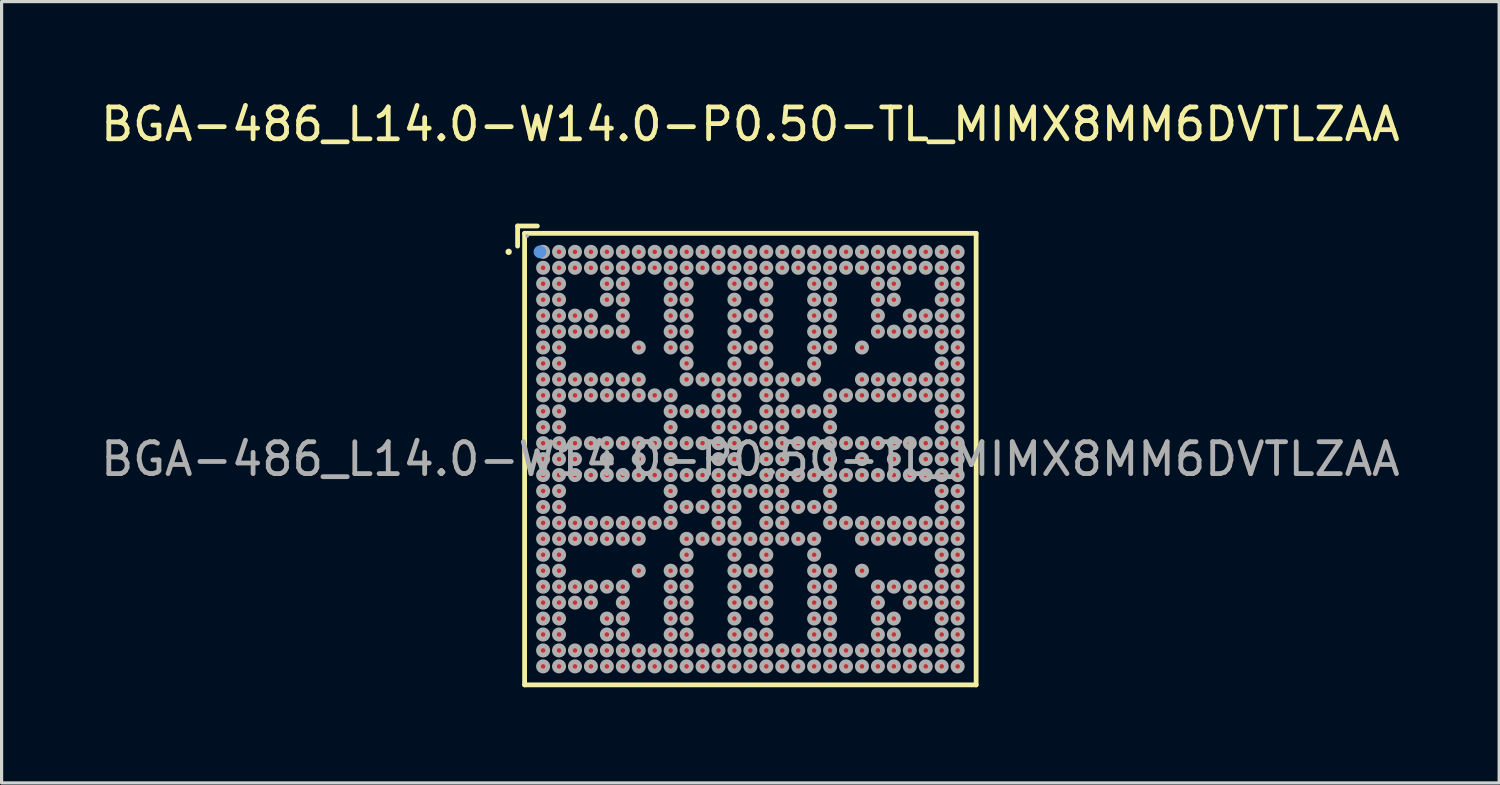
<source format=kicad_pcb>
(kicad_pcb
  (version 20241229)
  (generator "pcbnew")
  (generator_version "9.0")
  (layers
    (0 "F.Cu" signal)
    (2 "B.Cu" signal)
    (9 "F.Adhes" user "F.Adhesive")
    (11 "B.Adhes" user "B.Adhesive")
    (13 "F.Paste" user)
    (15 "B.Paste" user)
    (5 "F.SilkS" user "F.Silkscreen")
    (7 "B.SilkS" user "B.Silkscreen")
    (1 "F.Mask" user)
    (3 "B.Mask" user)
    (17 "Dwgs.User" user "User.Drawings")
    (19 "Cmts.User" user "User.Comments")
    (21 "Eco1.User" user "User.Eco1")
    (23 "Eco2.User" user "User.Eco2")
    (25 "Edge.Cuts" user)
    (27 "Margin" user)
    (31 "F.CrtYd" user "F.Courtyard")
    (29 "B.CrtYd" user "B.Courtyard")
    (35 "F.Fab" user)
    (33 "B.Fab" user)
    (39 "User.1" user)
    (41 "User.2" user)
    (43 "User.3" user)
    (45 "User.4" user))
  (footprint "BGA-486_L14.0-W14.0-P0.50-TL_MIMX8MM6DVTLZAA"
    (layer "F.Cu")
    (at 20.482 11.348)
    (property "Reference" "BGA-486_L14.0-W14.0-P0.50-TL_MIMX8MM6DVTLZAA" (at 0 -10.5 0) (layer "F.SilkS") (effects (font (size 1 1) (thickness 0.15))))
    (attr smd)
    (fp_line (start -7.3 -7.31) (end -7.3 -6.68) (stroke (width 0.15) (type solid)) (layer "F.SilkS"))
    (fp_line (start -7.08 -7.08) (end 7.08 -7.08) (stroke (width 0.15) (type solid)) (layer "F.SilkS"))
    (fp_line (start -7.08 7.08) (end -7.08 -7.08) (stroke (width 0.15) (type solid)) (layer "F.SilkS"))
    (fp_line (start -6.68 -7.31) (end -7.3 -7.31) (stroke (width 0.15) (type solid)) (layer "F.SilkS"))
    (fp_line (start 7.08 -7.08) (end 7.08 7.08) (stroke (width 0.15) (type solid)) (layer "F.SilkS"))
    (fp_line (start 7.08 7.08) (end -7.08 7.08) (stroke (width 0.15) (type solid)) (layer "F.SilkS"))
    (fp_circle (center -7.58 -6.5) (end -7.53 -6.5) (stroke (width 0.1) (type solid)) (fill no) (layer "F.SilkS"))
    (fp_circle (center -6.6 -6.5) (end -6.5 -6.5) (stroke (width 0.2) (type solid)) (fill no) (layer "Cmts.User"))
    (fp_circle (center -7 -7) (end -6.97 -7) (stroke (width 0.06) (type solid)) (fill no) (layer "F.Fab"))
    (fp_circle (center -6.5 -6.5) (end -6.43 -6.5) (stroke (width 0.15) (type solid)) (fill no) (layer "F.Fab"))
    (fp_circle (center -6.5 -6) (end -6.43 -6) (stroke (width 0.15) (type solid)) (fill no) (layer "F.Fab"))
    (fp_circle (center -6.5 -5.5) (end -6.43 -5.5) (stroke (width 0.15) (type solid)) (fill no) (layer "F.Fab"))
    (fp_circle (center -6.5 -5) (end -6.43 -5) (stroke (width 0.15) (type solid)) (fill no) (layer "F.Fab"))
    (fp_circle (center -6.5 -4.5) (end -6.43 -4.5) (stroke (width 0.15) (type solid)) (fill no) (layer "F.Fab"))
    (fp_circle (center -6.5 -4) (end -6.43 -4) (stroke (width 0.15) (type solid)) (fill no) (layer "F.Fab"))
    (fp_circle (center -6.5 -3.5) (end -6.43 -3.5) (stroke (width 0.15) (type solid)) (fill no) (layer "F.Fab"))
    (fp_circle (center -6.5 -3) (end -6.43 -3) (stroke (width 0.15) (type solid)) (fill no) (layer "F.Fab"))
    (fp_circle (center -6.5 -2.5) (end -6.43 -2.5) (stroke (width 0.15) (type solid)) (fill no) (layer "F.Fab"))
    (fp_circle (center -6.5 -2) (end -6.43 -2) (stroke (width 0.15) (type solid)) (fill no) (layer "F.Fab"))
    (fp_circle (center -6.5 -1.5) (end -6.43 -1.5) (stroke (width 0.15) (type solid)) (fill no) (layer "F.Fab"))
    (fp_circle (center -6.5 -1) (end -6.43 -1) (stroke (width 0.15) (type solid)) (fill no) (layer "F.Fab"))
    (fp_circle (center -6.5 -0.5) (end -6.43 -0.5) (stroke (width 0.15) (type solid)) (fill no) (layer "F.Fab"))
    (fp_circle (center -6.5 0) (end -6.43 0) (stroke (width 0.15) (type solid)) (fill no) (layer "F.Fab"))
    (fp_circle (center -6.5 0.5) (end -6.43 0.5) (stroke (width 0.15) (type solid)) (fill no) (layer "F.Fab"))
    (fp_circle (center -6.5 1) (end -6.43 1) (stroke (width 0.15) (type solid)) (fill no) (layer "F.Fab"))
    (fp_circle (center -6.5 1.5) (end -6.43 1.5) (stroke (width 0.15) (type solid)) (fill no) (layer "F.Fab"))
    (fp_circle (center -6.5 2) (end -6.43 2) (stroke (width 0.15) (type solid)) (fill no) (layer "F.Fab"))
    (fp_circle (center -6.5 2.5) (end -6.43 2.5) (stroke (width 0.15) (type solid)) (fill no) (layer "F.Fab"))
    (fp_circle (center -6.5 3) (end -6.43 3) (stroke (width 0.15) (type solid)) (fill no) (layer "F.Fab"))
    (fp_circle (center -6.5 3.5) (end -6.43 3.5) (stroke (width 0.15) (type solid)) (fill no) (layer "F.Fab"))
    (fp_circle (center -6.5 4) (end -6.43 4) (stroke (width 0.15) (type solid)) (fill no) (layer "F.Fab"))
    (fp_circle (center -6.5 4.5) (end -6.43 4.5) (stroke (width 0.15) (type solid)) (fill no) (layer "F.Fab"))
    (fp_circle (center -6.5 5) (end -6.43 5) (stroke (width 0.15) (type solid)) (fill no) (layer "F.Fab"))
    (fp_circle (center -6.5 5.5) (end -6.43 5.5) (stroke (width 0.15) (type solid)) (fill no) (layer "F.Fab"))
    (fp_circle (center -6.5 6) (end -6.43 6) (stroke (width 0.15) (type solid)) (fill no) (layer "F.Fab"))
    (fp_circle (center -6.5 6.5) (end -6.43 6.5) (stroke (width 0.15) (type solid)) (fill no) (layer "F.Fab"))
    (fp_circle (center -6 -6.5) (end -5.93 -6.5) (stroke (width 0.15) (type solid)) (fill no) (layer "F.Fab"))
    (fp_circle (center -6 -6) (end -5.93 -6) (stroke (width 0.15) (type solid)) (fill no) (layer "F.Fab"))
    (fp_circle (center -6 -5.5) (end -5.93 -5.5) (stroke (width 0.15) (type solid)) (fill no) (layer "F.Fab"))
    (fp_circle (center -6 -5) (end -5.93 -5) (stroke (width 0.15) (type solid)) (fill no) (layer "F.Fab"))
    (fp_circle (center -6 -4.5) (end -5.93 -4.5) (stroke (width 0.15) (type solid)) (fill no) (layer "F.Fab"))
    (fp_circle (center -6 -4) (end -5.93 -4) (stroke (width 0.15) (type solid)) (fill no) (layer "F.Fab"))
    (fp_circle (center -6 -3.5) (end -5.93 -3.5) (stroke (width 0.15) (type solid)) (fill no) (layer "F.Fab"))
    (fp_circle (center -6 -3) (end -5.93 -3) (stroke (width 0.15) (type solid)) (fill no) (layer "F.Fab"))
    (fp_circle (center -6 -2.5) (end -5.93 -2.5) (stroke (width 0.15) (type solid)) (fill no) (layer "F.Fab"))
    (fp_circle (center -6 -2) (end -5.93 -2) (stroke (width 0.15) (type solid)) (fill no) (layer "F.Fab"))
    (fp_circle (center -6 -1.5) (end -5.93 -1.5) (stroke (width 0.15) (type solid)) (fill no) (layer "F.Fab"))
    (fp_circle (center -6 -1) (end -5.93 -1) (stroke (width 0.15) (type solid)) (fill no) (layer "F.Fab"))
    (fp_circle (center -6 -0.5) (end -5.93 -0.5) (stroke (width 0.15) (type solid)) (fill no) (layer "F.Fab"))
    (fp_circle (center -6 0) (end -5.93 0) (stroke (width 0.15) (type solid)) (fill no) (layer "F.Fab"))
    (fp_circle (center -6 0.5) (end -5.93 0.5) (stroke (width 0.15) (type solid)) (fill no) (layer "F.Fab"))
    (fp_circle (center -6 1) (end -5.93 1) (stroke (width 0.15) (type solid)) (fill no) (layer "F.Fab"))
    (fp_circle (center -6 1.5) (end -5.93 1.5) (stroke (width 0.15) (type solid)) (fill no) (layer "F.Fab"))
    (fp_circle (center -6 2) (end -5.93 2) (stroke (width 0.15) (type solid)) (fill no) (layer "F.Fab"))
    (fp_circle (center -6 2.5) (end -5.93 2.5) (stroke (width 0.15) (type solid)) (fill no) (layer "F.Fab"))
    (fp_circle (center -6 3) (end -5.93 3) (stroke (width 0.15) (type solid)) (fill no) (layer "F.Fab"))
    (fp_circle (center -6 3.5) (end -5.93 3.5) (stroke (width 0.15) (type solid)) (fill no) (layer "F.Fab"))
    (fp_circle (center -6 4) (end -5.93 4) (stroke (width 0.15) (type solid)) (fill no) (layer "F.Fab"))
    (fp_circle (center -6 4.5) (end -5.93 4.5) (stroke (width 0.15) (type solid)) (fill no) (layer "F.Fab"))
    (fp_circle (center -6 5) (end -5.93 5) (stroke (width 0.15) (type solid)) (fill no) (layer "F.Fab"))
    (fp_circle (center -6 5.5) (end -5.93 5.5) (stroke (width 0.15) (type solid)) (fill no) (layer "F.Fab"))
    (fp_circle (center -6 6) (end -5.93 6) (stroke (width 0.15) (type solid)) (fill no) (layer "F.Fab"))
    (fp_circle (center -6 6.5) (end -5.93 6.5) (stroke (width 0.15) (type solid)) (fill no) (layer "F.Fab"))
    (fp_circle (center -5.5 -6.5) (end -5.43 -6.5) (stroke (width 0.15) (type solid)) (fill no) (layer "F.Fab"))
    (fp_circle (center -5.5 -6) (end -5.43 -6) (stroke (width 0.15) (type solid)) (fill no) (layer "F.Fab"))
    (fp_circle (center -5.5 -4.5) (end -5.43 -4.5) (stroke (width 0.15) (type solid)) (fill no) (layer "F.Fab"))
    (fp_circle (center -5.5 -4) (end -5.43 -4) (stroke (width 0.15) (type solid)) (fill no) (layer "F.Fab"))
    (fp_circle (center -5.5 -2.5) (end -5.43 -2.5) (stroke (width 0.15) (type solid)) (fill no) (layer "F.Fab"))
    (fp_circle (center -5.5 -2) (end -5.43 -2) (stroke (width 0.15) (type solid)) (fill no) (layer "F.Fab"))
    (fp_circle (center -5.5 -0.5) (end -5.43 -0.5) (stroke (width 0.15) (type solid)) (fill no) (layer "F.Fab"))
    (fp_circle (center -5.5 0) (end -5.43 0) (stroke (width 0.15) (type solid)) (fill no) (layer "F.Fab"))
    (fp_circle (center -5.5 0.5) (end -5.43 0.5) (stroke (width 0.15) (type solid)) (fill no) (layer "F.Fab"))
    (fp_circle (center -5.5 2) (end -5.43 2) (stroke (width 0.15) (type solid)) (fill no) (layer "F.Fab"))
    (fp_circle (center -5.5 2.5) (end -5.43 2.5) (stroke (width 0.15) (type solid)) (fill no) (layer "F.Fab"))
    (fp_circle (center -5.5 4) (end -5.43 4) (stroke (width 0.15) (type solid)) (fill no) (layer "F.Fab"))
    (fp_circle (center -5.5 4.5) (end -5.43 4.5) (stroke (width 0.15) (type solid)) (fill no) (layer "F.Fab"))
    (fp_circle (center -5.5 6) (end -5.43 6) (stroke (width 0.15) (type solid)) (fill no) (layer "F.Fab"))
    (fp_circle (center -5.5 6.5) (end -5.43 6.5) (stroke (width 0.15) (type solid)) (fill no) (layer "F.Fab"))
    (fp_circle (center -5 -6.5) (end -4.93 -6.5) (stroke (width 0.15) (type solid)) (fill no) (layer "F.Fab"))
    (fp_circle (center -5 -6) (end -4.93 -6) (stroke (width 0.15) (type solid)) (fill no) (layer "F.Fab"))
    (fp_circle (center -5 -4.5) (end -4.93 -4.5) (stroke (width 0.15) (type solid)) (fill no) (layer "F.Fab"))
    (fp_circle (center -5 -4) (end -4.93 -4) (stroke (width 0.15) (type solid)) (fill no) (layer "F.Fab"))
    (fp_circle (center -5 -2.5) (end -4.93 -2.5) (stroke (width 0.15) (type solid)) (fill no) (layer "F.Fab"))
    (fp_circle (center -5 -2) (end -4.93 -2) (stroke (width 0.15) (type solid)) (fill no) (layer "F.Fab"))
    (fp_circle (center -5 -0.5) (end -4.93 -0.5) (stroke (width 0.15) (type solid)) (fill no) (layer "F.Fab"))
    (fp_circle (center -5 0.5) (end -4.93 0.5) (stroke (width 0.15) (type solid)) (fill no) (layer "F.Fab"))
    (fp_circle (center -5 2) (end -4.93 2) (stroke (width 0.15) (type solid)) (fill no) (layer "F.Fab"))
    (fp_circle (center -5 2.5) (end -4.93 2.5) (stroke (width 0.15) (type solid)) (fill no) (layer "F.Fab"))
    (fp_circle (center -5 4) (end -4.93 4) (stroke (width 0.15) (type solid)) (fill no) (layer "F.Fab"))
    (fp_circle (center -5 4.5) (end -4.93 4.5) (stroke (width 0.15) (type solid)) (fill no) (layer "F.Fab"))
    (fp_circle (center -5 6) (end -4.93 6) (stroke (width 0.15) (type solid)) (fill no) (layer "F.Fab"))
    (fp_circle (center -5 6.5) (end -4.93 6.5) (stroke (width 0.15) (type solid)) (fill no) (layer "F.Fab"))
    (fp_circle (center -4.5 -6.5) (end -4.43 -6.5) (stroke (width 0.15) (type solid)) (fill no) (layer "F.Fab"))
    (fp_circle (center -4.5 -6) (end -4.43 -6) (stroke (width 0.15) (type solid)) (fill no) (layer "F.Fab"))
    (fp_circle (center -4.5 -5.5) (end -4.43 -5.5) (stroke (width 0.15) (type solid)) (fill no) (layer "F.Fab"))
    (fp_circle (center -4.5 -5) (end -4.43 -5) (stroke (width 0.15) (type solid)) (fill no) (layer "F.Fab"))
    (fp_circle (center -4.5 -4) (end -4.43 -4) (stroke (width 0.15) (type solid)) (fill no) (layer "F.Fab"))
    (fp_circle (center -4.5 -2.5) (end -4.43 -2.5) (stroke (width 0.15) (type solid)) (fill no) (layer "F.Fab"))
    (fp_circle (center -4.5 -2) (end -4.43 -2) (stroke (width 0.15) (type solid)) (fill no) (layer "F.Fab"))
    (fp_circle (center -4.5 -0.5) (end -4.43 -0.5) (stroke (width 0.15) (type solid)) (fill no) (layer "F.Fab"))
    (fp_circle (center -4.5 0) (end -4.43 0) (stroke (width 0.15) (type solid)) (fill no) (layer "F.Fab"))
    (fp_circle (center -4.5 0.5) (end -4.43 0.5) (stroke (width 0.15) (type solid)) (fill no) (layer "F.Fab"))
    (fp_circle (center -4.5 2) (end -4.43 2) (stroke (width 0.15) (type solid)) (fill no) (layer "F.Fab"))
    (fp_circle (center -4.5 2.5) (end -4.43 2.5) (stroke (width 0.15) (type solid)) (fill no) (layer "F.Fab"))
    (fp_circle (center -4.5 4) (end -4.43 4) (stroke (width 0.15) (type solid)) (fill no) (layer "F.Fab"))
    (fp_circle (center -4.5 5) (end -4.43 5) (stroke (width 0.15) (type solid)) (fill no) (layer "F.Fab"))
    (fp_circle (center -4.5 5.5) (end -4.43 5.5) (stroke (width 0.15) (type solid)) (fill no) (layer "F.Fab"))
    (fp_circle (center -4.5 6) (end -4.43 6) (stroke (width 0.15) (type solid)) (fill no) (layer "F.Fab"))
    (fp_circle (center -4.5 6.5) (end -4.43 6.5) (stroke (width 0.15) (type solid)) (fill no) (layer "F.Fab"))
    (fp_circle (center -4 -6.5) (end -3.93 -6.5) (stroke (width 0.15) (type solid)) (fill no) (layer "F.Fab"))
    (fp_circle (center -4 -6) (end -3.93 -6) (stroke (width 0.15) (type solid)) (fill no) (layer "F.Fab"))
    (fp_circle (center -4 -5.5) (end -3.93 -5.5) (stroke (width 0.15) (type solid)) (fill no) (layer "F.Fab"))
    (fp_circle (center -4 -5) (end -3.93 -5) (stroke (width 0.15) (type solid)) (fill no) (layer "F.Fab"))
    (fp_circle (center -4 -4.5) (end -3.93 -4.5) (stroke (width 0.15) (type solid)) (fill no) (layer "F.Fab"))
    (fp_circle (center -4 -4) (end -3.93 -4) (stroke (width 0.15) (type solid)) (fill no) (layer "F.Fab"))
    (fp_circle (center -4 -2.5) (end -3.93 -2.5) (stroke (width 0.15) (type solid)) (fill no) (layer "F.Fab"))
    (fp_circle (center -4 -2) (end -3.93 -2) (stroke (width 0.15) (type solid)) (fill no) (layer "F.Fab"))
    (fp_circle (center -4 -0.5) (end -3.93 -0.5) (stroke (width 0.15) (type solid)) (fill no) (layer "F.Fab"))
    (fp_circle (center -4 0.5) (end -3.93 0.5) (stroke (width 0.15) (type solid)) (fill no) (layer "F.Fab"))
    (fp_circle (center -4 2) (end -3.93 2) (stroke (width 0.15) (type solid)) (fill no) (layer "F.Fab"))
    (fp_circle (center -4 2.5) (end -3.93 2.5) (stroke (width 0.15) (type solid)) (fill no) (layer "F.Fab"))
    (fp_circle (center -4 4) (end -3.93 4) (stroke (width 0.15) (type solid)) (fill no) (layer "F.Fab"))
    (fp_circle (center -4 4.5) (end -3.93 4.5) (stroke (width 0.15) (type solid)) (fill no) (layer "F.Fab"))
    (fp_circle (center -4 5) (end -3.93 5) (stroke (width 0.15) (type solid)) (fill no) (layer "F.Fab"))
    (fp_circle (center -4 5.5) (end -3.93 5.5) (stroke (width 0.15) (type solid)) (fill no) (layer "F.Fab"))
    (fp_circle (center -4 6) (end -3.93 6) (stroke (width 0.15) (type solid)) (fill no) (layer "F.Fab"))
    (fp_circle (center -4 6.5) (end -3.93 6.5) (stroke (width 0.15) (type solid)) (fill no) (layer "F.Fab"))
    (fp_circle (center -3.5 -6.5) (end -3.43 -6.5) (stroke (width 0.15) (type solid)) (fill no) (layer "F.Fab"))
    (fp_circle (center -3.5 -6) (end -3.43 -6) (stroke (width 0.15) (type solid)) (fill no) (layer "F.Fab"))
    (fp_circle (center -3.5 -3.5) (end -3.43 -3.5) (stroke (width 0.15) (type solid)) (fill no) (layer "F.Fab"))
    (fp_circle (center -3.5 -2.5) (end -3.43 -2.5) (stroke (width 0.15) (type solid)) (fill no) (layer "F.Fab"))
    (fp_circle (center -3.5 -2) (end -3.43 -2) (stroke (width 0.15) (type solid)) (fill no) (layer "F.Fab"))
    (fp_circle (center -3.5 -0.5) (end -3.43 -0.5) (stroke (width 0.15) (type solid)) (fill no) (layer "F.Fab"))
    (fp_circle (center -3.5 0) (end -3.43 0) (stroke (width 0.15) (type solid)) (fill no) (layer "F.Fab"))
    (fp_circle (center -3.5 0.5) (end -3.43 0.5) (stroke (width 0.15) (type solid)) (fill no) (layer "F.Fab"))
    (fp_circle (center -3.5 2) (end -3.43 2) (stroke (width 0.15) (type solid)) (fill no) (layer "F.Fab"))
    (fp_circle (center -3.5 2.5) (end -3.43 2.5) (stroke (width 0.15) (type solid)) (fill no) (layer "F.Fab"))
    (fp_circle (center -3.5 3.5) (end -3.43 3.5) (stroke (width 0.15) (type solid)) (fill no) (layer "F.Fab"))
    (fp_circle (center -3.5 6) (end -3.43 6) (stroke (width 0.15) (type solid)) (fill no) (layer "F.Fab"))
    (fp_circle (center -3.5 6.5) (end -3.43 6.5) (stroke (width 0.15) (type solid)) (fill no) (layer "F.Fab"))
    (fp_circle (center -3 -6.5) (end -2.93 -6.5) (stroke (width 0.15) (type solid)) (fill no) (layer "F.Fab"))
    (fp_circle (center -3 -6) (end -2.93 -6) (stroke (width 0.15) (type solid)) (fill no) (layer "F.Fab"))
    (fp_circle (center -3 -2) (end -2.93 -2) (stroke (width 0.15) (type solid)) (fill no) (layer "F.Fab"))
    (fp_circle (center -3 -0.5) (end -2.93 -0.5) (stroke (width 0.15) (type solid)) (fill no) (layer "F.Fab"))
    (fp_circle (center -3 0.5) (end -2.93 0.5) (stroke (width 0.15) (type solid)) (fill no) (layer "F.Fab"))
    (fp_circle (center -3 2) (end -2.93 2) (stroke (width 0.15) (type solid)) (fill no) (layer "F.Fab"))
    (fp_circle (center -3 6) (end -2.93 6) (stroke (width 0.15) (type solid)) (fill no) (layer "F.Fab"))
    (fp_circle (center -3 6.5) (end -2.93 6.5) (stroke (width 0.15) (type solid)) (fill no) (layer "F.Fab"))
    (fp_circle (center -2.5 -6.5) (end -2.43 -6.5) (stroke (width 0.15) (type solid)) (fill no) (layer "F.Fab"))
    (fp_circle (center -2.5 -6) (end -2.43 -6) (stroke (width 0.15) (type solid)) (fill no) (layer "F.Fab"))
    (fp_circle (center -2.5 -5.5) (end -2.43 -5.5) (stroke (width 0.15) (type solid)) (fill no) (layer "F.Fab"))
    (fp_circle (center -2.5 -5) (end -2.43 -5) (stroke (width 0.15) (type solid)) (fill no) (layer "F.Fab"))
    (fp_circle (center -2.5 -4.5) (end -2.43 -4.5) (stroke (width 0.15) (type solid)) (fill no) (layer "F.Fab"))
    (fp_circle (center -2.5 -4) (end -2.43 -4) (stroke (width 0.15) (type solid)) (fill no) (layer "F.Fab"))
    (fp_circle (center -2.5 -3.5) (end -2.43 -3.5) (stroke (width 0.15) (type solid)) (fill no) (layer "F.Fab"))
    (fp_circle (center -2.5 -2) (end -2.43 -2) (stroke (width 0.15) (type solid)) (fill no) (layer "F.Fab"))
    (fp_circle (center -2.5 -1.5) (end -2.43 -1.5) (stroke (width 0.15) (type solid)) (fill no) (layer "F.Fab"))
    (fp_circle (center -2.5 -1) (end -2.43 -1) (stroke (width 0.15) (type solid)) (fill no) (layer "F.Fab"))
    (fp_circle (center -2.5 -0.5) (end -2.43 -0.5) (stroke (width 0.15) (type solid)) (fill no) (layer "F.Fab"))
    (fp_circle (center -2.5 0) (end -2.43 0) (stroke (width 0.15) (type solid)) (fill no) (layer "F.Fab"))
    (fp_circle (center -2.5 0.5) (end -2.43 0.5) (stroke (width 0.15) (type solid)) (fill no) (layer "F.Fab"))
    (fp_circle (center -2.5 1) (end -2.43 1) (stroke (width 0.15) (type solid)) (fill no) (layer "F.Fab"))
    (fp_circle (center -2.5 1.5) (end -2.43 1.5) (stroke (width 0.15) (type solid)) (fill no) (layer "F.Fab"))
    (fp_circle (center -2.5 2) (end -2.43 2) (stroke (width 0.15) (type solid)) (fill no) (layer "F.Fab"))
    (fp_circle (center -2.5 3.5) (end -2.43 3.5) (stroke (width 0.15) (type solid)) (fill no) (layer "F.Fab"))
    (fp_circle (center -2.5 4) (end -2.43 4) (stroke (width 0.15) (type solid)) (fill no) (layer "F.Fab"))
    (fp_circle (center -2.5 4.5) (end -2.43 4.5) (stroke (width 0.15) (type solid)) (fill no) (layer "F.Fab"))
    (fp_circle (center -2.5 5) (end -2.43 5) (stroke (width 0.15) (type solid)) (fill no) (layer "F.Fab"))
    (fp_circle (center -2.5 5.5) (end -2.43 5.5) (stroke (width 0.15) (type solid)) (fill no) (layer "F.Fab"))
    (fp_circle (center -2.5 6) (end -2.43 6) (stroke (width 0.15) (type solid)) (fill no) (layer "F.Fab"))
    (fp_circle (center -2.5 6.5) (end -2.43 6.5) (stroke (width 0.15) (type solid)) (fill no) (layer "F.Fab"))
    (fp_circle (center -2 -6.5) (end -1.93 -6.5) (stroke (width 0.15) (type solid)) (fill no) (layer "F.Fab"))
    (fp_circle (center -2 -6) (end -1.93 -6) (stroke (width 0.15) (type solid)) (fill no) (layer "F.Fab"))
    (fp_circle (center -2 -5.5) (end -1.93 -5.5) (stroke (width 0.15) (type solid)) (fill no) (layer "F.Fab"))
    (fp_circle (center -2 -5) (end -1.93 -5) (stroke (width 0.15) (type solid)) (fill no) (layer "F.Fab"))
    (fp_circle (center -2 -4.5) (end -1.93 -4.5) (stroke (width 0.15) (type solid)) (fill no) (layer "F.Fab"))
    (fp_circle (center -2 -4) (end -1.93 -4) (stroke (width 0.15) (type solid)) (fill no) (layer "F.Fab"))
    (fp_circle (center -2 -3.5) (end -1.93 -3.5) (stroke (width 0.15) (type solid)) (fill no) (layer "F.Fab"))
    (fp_circle (center -2 -3) (end -1.93 -3) (stroke (width 0.15) (type solid)) (fill no) (layer "F.Fab"))
    (fp_circle (center -2 -2.5) (end -1.93 -2.5) (stroke (width 0.15) (type solid)) (fill no) (layer "F.Fab"))
    (fp_circle (center -2 -1.5) (end -1.93 -1.5) (stroke (width 0.15) (type solid)) (fill no) (layer "F.Fab"))
    (fp_circle (center -2 -0.5) (end -1.93 -0.5) (stroke (width 0.15) (type solid)) (fill no) (layer "F.Fab"))
    (fp_circle (center -2 0.5) (end -1.93 0.5) (stroke (width 0.15) (type solid)) (fill no) (layer "F.Fab"))
    (fp_circle (center -2 1.5) (end -1.93 1.5) (stroke (width 0.15) (type solid)) (fill no) (layer "F.Fab"))
    (fp_circle (center -2 2.5) (end -1.93 2.5) (stroke (width 0.15) (type solid)) (fill no) (layer "F.Fab"))
    (fp_circle (center -2 3) (end -1.93 3) (stroke (width 0.15) (type solid)) (fill no) (layer "F.Fab"))
    (fp_circle (center -2 3.5) (end -1.93 3.5) (stroke (width 0.15) (type solid)) (fill no) (layer "F.Fab"))
    (fp_circle (center -2 4) (end -1.93 4) (stroke (width 0.15) (type solid)) (fill no) (layer "F.Fab"))
    (fp_circle (center -2 4.5) (end -1.93 4.5) (stroke (width 0.15) (type solid)) (fill no) (layer "F.Fab"))
    (fp_circle (center -2 5) (end -1.93 5) (stroke (width 0.15) (type solid)) (fill no) (layer "F.Fab"))
    (fp_circle (center -2 5.5) (end -1.93 5.5) (stroke (width 0.15) (type solid)) (fill no) (layer "F.Fab"))
    (fp_circle (center -2 6) (end -1.93 6) (stroke (width 0.15) (type solid)) (fill no) (layer "F.Fab"))
    (fp_circle (center -2 6.5) (end -1.93 6.5) (stroke (width 0.15) (type solid)) (fill no) (layer "F.Fab"))
    (fp_circle (center -1.5 -6.5) (end -1.43 -6.5) (stroke (width 0.15) (type solid)) (fill no) (layer "F.Fab"))
    (fp_circle (center -1.5 -6) (end -1.43 -6) (stroke (width 0.15) (type solid)) (fill no) (layer "F.Fab"))
    (fp_circle (center -1.5 -2.5) (end -1.43 -2.5) (stroke (width 0.15) (type solid)) (fill no) (layer "F.Fab"))
    (fp_circle (center -1.5 -1.5) (end -1.43 -1.5) (stroke (width 0.15) (type solid)) (fill no) (layer "F.Fab"))
    (fp_circle (center -1.5 -0.5) (end -1.43 -0.5) (stroke (width 0.15) (type solid)) (fill no) (layer "F.Fab"))
    (fp_circle (center -1.5 0.5) (end -1.43 0.5) (stroke (width 0.15) (type solid)) (fill no) (layer "F.Fab"))
    (fp_circle (center -1.5 1.5) (end -1.43 1.5) (stroke (width 0.15) (type solid)) (fill no) (layer "F.Fab"))
    (fp_circle (center -1.5 2.5) (end -1.43 2.5) (stroke (width 0.15) (type solid)) (fill no) (layer "F.Fab"))
    (fp_circle (center -1.5 6) (end -1.43 6) (stroke (width 0.15) (type solid)) (fill no) (layer "F.Fab"))
    (fp_circle (center -1.5 6.5) (end -1.43 6.5) (stroke (width 0.15) (type solid)) (fill no) (layer "F.Fab"))
    (fp_circle (center -1 -6.5) (end -0.93 -6.5) (stroke (width 0.15) (type solid)) (fill no) (layer "F.Fab"))
    (fp_circle (center -1 -6) (end -0.93 -6) (stroke (width 0.15) (type solid)) (fill no) (layer "F.Fab"))
    (fp_circle (center -1 -2.5) (end -0.93 -2.5) (stroke (width 0.15) (type solid)) (fill no) (layer "F.Fab"))
    (fp_circle (center -1 -2) (end -0.93 -2) (stroke (width 0.15) (type solid)) (fill no) (layer "F.Fab"))
    (fp_circle (center -1 -1.5) (end -0.93 -1.5) (stroke (width 0.15) (type solid)) (fill no) (layer "F.Fab"))
    (fp_circle (center -1 -1) (end -0.93 -1) (stroke (width 0.15) (type solid)) (fill no) (layer "F.Fab"))
    (fp_circle (center -1 -0.5) (end -0.93 -0.5) (stroke (width 0.15) (type solid)) (fill no) (layer "F.Fab"))
    (fp_circle (center -1 0) (end -0.93 0) (stroke (width 0.15) (type solid)) (fill no) (layer "F.Fab"))
    (fp_circle (center -1 0.5) (end -0.93 0.5) (stroke (width 0.15) (type solid)) (fill no) (layer "F.Fab"))
    (fp_circle (center -1 1) (end -0.93 1) (stroke (width 0.15) (type solid)) (fill no) (layer "F.Fab"))
    (fp_circle (center -1 1.5) (end -0.93 1.5) (stroke (width 0.15) (type solid)) (fill no) (layer "F.Fab"))
    (fp_circle (center -1 2) (end -0.93 2) (stroke (width 0.15) (type solid)) (fill no) (layer "F.Fab"))
    (fp_circle (center -1 2.5) (end -0.93 2.5) (stroke (width 0.15) (type solid)) (fill no) (layer "F.Fab"))
    (fp_circle (center -1 6) (end -0.93 6) (stroke (width 0.15) (type solid)) (fill no) (layer "F.Fab"))
    (fp_circle (center -1 6.5) (end -0.93 6.5) (stroke (width 0.15) (type solid)) (fill no) (layer "F.Fab"))
    (fp_circle (center -0.5 -6.5) (end -0.43 -6.5) (stroke (width 0.15) (type solid)) (fill no) (layer "F.Fab"))
    (fp_circle (center -0.5 -6) (end -0.43 -6) (stroke (width 0.15) (type solid)) (fill no) (layer "F.Fab"))
    (fp_circle (center -0.5 -5.5) (end -0.43 -5.5) (stroke (width 0.15) (type solid)) (fill no) (layer "F.Fab"))
    (fp_circle (center -0.5 -5) (end -0.43 -5) (stroke (width 0.15) (type solid)) (fill no) (layer "F.Fab"))
    (fp_circle (center -0.5 -4.5) (end -0.43 -4.5) (stroke (width 0.15) (type solid)) (fill no) (layer "F.Fab"))
    (fp_circle (center -0.5 -4) (end -0.43 -4) (stroke (width 0.15) (type solid)) (fill no) (layer "F.Fab"))
    (fp_circle (center -0.5 -3.5) (end -0.43 -3.5) (stroke (width 0.15) (type solid)) (fill no) (layer "F.Fab"))
    (fp_circle (center -0.5 -3) (end -0.43 -3) (stroke (width 0.15) (type solid)) (fill no) (layer "F.Fab"))
    (fp_circle (center -0.5 -2.5) (end -0.43 -2.5) (stroke (width 0.15) (type solid)) (fill no) (layer "F.Fab"))
    (fp_circle (center -0.5 -2) (end -0.43 -2) (stroke (width 0.15) (type solid)) (fill no) (layer "F.Fab"))
    (fp_circle (center -0.5 -1.5) (end -0.43 -1.5) (stroke (width 0.15) (type solid)) (fill no) (layer "F.Fab"))
    (fp_circle (center -0.5 -1) (end -0.43 -1) (stroke (width 0.15) (type solid)) (fill no) (layer "F.Fab"))
    (fp_circle (center -0.5 -0.5) (end -0.43 -0.5) (stroke (width 0.15) (type solid)) (fill no) (layer "F.Fab"))
    (fp_circle (center -0.5 0) (end -0.43 0) (stroke (width 0.15) (type solid)) (fill no) (layer "F.Fab"))
    (fp_circle (center -0.5 0.5) (end -0.43 0.5) (stroke (width 0.15) (type solid)) (fill no) (layer "F.Fab"))
    (fp_circle (center -0.5 1) (end -0.43 1) (stroke (width 0.15) (type solid)) (fill no) (layer "F.Fab"))
    (fp_circle (center -0.5 1.5) (end -0.43 1.5) (stroke (width 0.15) (type solid)) (fill no) (layer "F.Fab"))
    (fp_circle (center -0.5 2) (end -0.43 2) (stroke (width 0.15) (type solid)) (fill no) (layer "F.Fab"))
    (fp_circle (center -0.5 2.5) (end -0.43 2.5) (stroke (width 0.15) (type solid)) (fill no) (layer "F.Fab"))
    (fp_circle (center -0.5 3) (end -0.43 3) (stroke (width 0.15) (type solid)) (fill no) (layer "F.Fab"))
    (fp_circle (center -0.5 3.5) (end -0.43 3.5) (stroke (width 0.15) (type solid)) (fill no) (layer "F.Fab"))
    (fp_circle (center -0.5 4) (end -0.43 4) (stroke (width 0.15) (type solid)) (fill no) (layer "F.Fab"))
    (fp_circle (center -0.5 4.5) (end -0.43 4.5) (stroke (width 0.15) (type solid)) (fill no) (layer "F.Fab"))
    (fp_circle (center -0.5 5) (end -0.43 5) (stroke (width 0.15) (type solid)) (fill no) (layer "F.Fab"))
    (fp_circle (center -0.5 5.5) (end -0.43 5.5) (stroke (width 0.15) (type solid)) (fill no) (layer "F.Fab"))
    (fp_circle (center -0.5 6) (end -0.43 6) (stroke (width 0.15) (type solid)) (fill no) (layer "F.Fab"))
    (fp_circle (center -0.5 6.5) (end -0.43 6.5) (stroke (width 0.15) (type solid)) (fill no) (layer "F.Fab"))
    (fp_circle (center 0 -6.5) (end 0.07 -6.5) (stroke (width 0.15) (type solid)) (fill no) (layer "F.Fab"))
    (fp_circle (center 0 -6) (end 0.07 -6) (stroke (width 0.15) (type solid)) (fill no) (layer "F.Fab"))
    (fp_circle (center 0 -5.5) (end 0.07 -5.5) (stroke (width 0.15) (type solid)) (fill no) (layer "F.Fab"))
    (fp_circle (center 0 -4.5) (end 0.07 -4.5) (stroke (width 0.15) (type solid)) (fill no) (layer "F.Fab"))
    (fp_circle (center 0 -3.5) (end 0.07 -3.5) (stroke (width 0.15) (type solid)) (fill no) (layer "F.Fab"))
    (fp_circle (center 0 -2.5) (end 0.07 -2.5) (stroke (width 0.15) (type solid)) (fill no) (layer "F.Fab"))
    (fp_circle (center 0 -1) (end 0.07 -1) (stroke (width 0.15) (type solid)) (fill no) (layer "F.Fab"))
    (fp_circle (center 0 1) (end 0.07 1) (stroke (width 0.15) (type solid)) (fill no) (layer "F.Fab"))
    (fp_circle (center 0 2.5) (end 0.07 2.5) (stroke (width 0.15) (type solid)) (fill no) (layer "F.Fab"))
    (fp_circle (center 0 3.5) (end 0.07 3.5) (stroke (width 0.15) (type solid)) (fill no) (layer "F.Fab"))
    (fp_circle (center 0 4.5) (end 0.07 4.5) (stroke (width 0.15) (type solid)) (fill no) (layer "F.Fab"))
    (fp_circle (center 0 5.5) (end 0.07 5.5) (stroke (width 0.15) (type solid)) (fill no) (layer "F.Fab"))
    (fp_circle (center 0 6) (end 0.07 6) (stroke (width 0.15) (type solid)) (fill no) (layer "F.Fab"))
    (fp_circle (center 0 6.5) (end 0.07 6.5) (stroke (width 0.15) (type solid)) (fill no) (layer "F.Fab"))
    (fp_circle (center 0.5 -6.5) (end 0.57 -6.5) (stroke (width 0.15) (type solid)) (fill no) (layer "F.Fab"))
    (fp_circle (center 0.5 -6) (end 0.57 -6) (stroke (width 0.15) (type solid)) (fill no) (layer "F.Fab"))
    (fp_circle (center 0.5 -5.5) (end 0.57 -5.5) (stroke (width 0.15) (type solid)) (fill no) (layer "F.Fab"))
    (fp_circle (center 0.5 -5) (end 0.57 -5) (stroke (width 0.15) (type solid)) (fill no) (layer "F.Fab"))
    (fp_circle (center 0.5 -4.5) (end 0.57 -4.5) (stroke (width 0.15) (type solid)) (fill no) (layer "F.Fab"))
    (fp_circle (center 0.5 -4) (end 0.57 -4) (stroke (width 0.15) (type solid)) (fill no) (layer "F.Fab"))
    (fp_circle (center 0.5 -3.5) (end 0.57 -3.5) (stroke (width 0.15) (type solid)) (fill no) (layer "F.Fab"))
    (fp_circle (center 0.5 -3) (end 0.57 -3) (stroke (width 0.15) (type solid)) (fill no) (layer "F.Fab"))
    (fp_circle (center 0.5 -2.5) (end 0.57 -2.5) (stroke (width 0.15) (type solid)) (fill no) (layer "F.Fab"))
    (fp_circle (center 0.5 -2) (end 0.57 -2) (stroke (width 0.15) (type solid)) (fill no) (layer "F.Fab"))
    (fp_circle (center 0.5 -1.5) (end 0.57 -1.5) (stroke (width 0.15) (type solid)) (fill no) (layer "F.Fab"))
    (fp_circle (center 0.5 -1) (end 0.57 -1) (stroke (width 0.15) (type solid)) (fill no) (layer "F.Fab"))
    (fp_circle (center 0.5 -0.5) (end 0.57 -0.5) (stroke (width 0.15) (type solid)) (fill no) (layer "F.Fab"))
    (fp_circle (center 0.5 0) (end 0.57 0) (stroke (width 0.15) (type solid)) (fill no) (layer "F.Fab"))
    (fp_circle (center 0.5 0.5) (end 0.57 0.5) (stroke (width 0.15) (type solid)) (fill no) (layer "F.Fab"))
    (fp_circle (center 0.5 1) (end 0.57 1) (stroke (width 0.15) (type solid)) (fill no) (layer "F.Fab"))
    (fp_circle (center 0.5 1.5) (end 0.57 1.5) (stroke (width 0.15) (type solid)) (fill no) (layer "F.Fab"))
    (fp_circle (center 0.5 2) (end 0.57 2) (stroke (width 0.15) (type solid)) (fill no) (layer "F.Fab"))
    (fp_circle (center 0.5 2.5) (end 0.57 2.5) (stroke (width 0.15) (type solid)) (fill no) (layer "F.Fab"))
    (fp_circle (center 0.5 3) (end 0.57 3) (stroke (width 0.15) (type solid)) (fill no) (layer "F.Fab"))
    (fp_circle (center 0.5 3.5) (end 0.57 3.5) (stroke (width 0.15) (type solid)) (fill no) (layer "F.Fab"))
    (fp_circle (center 0.5 4) (end 0.57 4) (stroke (width 0.15) (type solid)) (fill no) (layer "F.Fab"))
    (fp_circle (center 0.5 4.5) (end 0.57 4.5) (stroke (width 0.15) (type solid)) (fill no) (layer "F.Fab"))
    (fp_circle (center 0.5 5) (end 0.57 5) (stroke (width 0.15) (type solid)) (fill no) (layer "F.Fab"))
    (fp_circle (center 0.5 5.5) (end 0.57 5.5) (stroke (width 0.15) (type solid)) (fill no) (layer "F.Fab"))
    (fp_circle (center 0.5 6) (end 0.57 6) (stroke (width 0.15) (type solid)) (fill no) (layer "F.Fab"))
    (fp_circle (center 0.5 6.5) (end 0.57 6.5) (stroke (width 0.15) (type solid)) (fill no) (layer "F.Fab"))
    (fp_circle (center 1 -6.5) (end 1.07 -6.5) (stroke (width 0.15) (type solid)) (fill no) (layer "F.Fab"))
    (fp_circle (center 1 -6) (end 1.07 -6) (stroke (width 0.15) (type solid)) (fill no) (layer "F.Fab"))
    (fp_circle (center 1 -2.5) (end 1.07 -2.5) (stroke (width 0.15) (type solid)) (fill no) (layer "F.Fab"))
    (fp_circle (center 1 -2) (end 1.07 -2) (stroke (width 0.15) (type solid)) (fill no) (layer "F.Fab"))
    (fp_circle (center 1 -1.5) (end 1.07 -1.5) (stroke (width 0.15) (type solid)) (fill no) (layer "F.Fab"))
    (fp_circle (center 1 -1) (end 1.07 -1) (stroke (width 0.15) (type solid)) (fill no) (layer "F.Fab"))
    (fp_circle (center 1 -0.5) (end 1.07 -0.5) (stroke (width 0.15) (type solid)) (fill no) (layer "F.Fab"))
    (fp_circle (center 1 0) (end 1.07 0) (stroke (width 0.15) (type solid)) (fill no) (layer "F.Fab"))
    (fp_circle (center 1 0.5) (end 1.07 0.5) (stroke (width 0.15) (type solid)) (fill no) (layer "F.Fab"))
    (fp_circle (center 1 1) (end 1.07 1) (stroke (width 0.15) (type solid)) (fill no) (layer "F.Fab"))
    (fp_circle (center 1 1.5) (end 1.07 1.5) (stroke (width 0.15) (type solid)) (fill no) (layer "F.Fab"))
    (fp_circle (center 1 2) (end 1.07 2) (stroke (width 0.15) (type solid)) (fill no) (layer "F.Fab"))
    (fp_circle (center 1 2.5) (end 1.07 2.5) (stroke (width 0.15) (type solid)) (fill no) (layer "F.Fab"))
    (fp_circle (center 1 6) (end 1.07 6) (stroke (width 0.15) (type solid)) (fill no) (layer "F.Fab"))
    (fp_circle (center 1 6.5) (end 1.07 6.5) (stroke (width 0.15) (type solid)) (fill no) (layer "F.Fab"))
    (fp_circle (center 1.5 -6.5) (end 1.57 -6.5) (stroke (width 0.15) (type solid)) (fill no) (layer "F.Fab"))
    (fp_circle (center 1.5 -6) (end 1.57 -6) (stroke (width 0.15) (type solid)) (fill no) (layer "F.Fab"))
    (fp_circle (center 1.5 -2.5) (end 1.57 -2.5) (stroke (width 0.15) (type solid)) (fill no) (layer "F.Fab"))
    (fp_circle (center 1.5 -1.5) (end 1.57 -1.5) (stroke (width 0.15) (type solid)) (fill no) (layer "F.Fab"))
    (fp_circle (center 1.5 -0.5) (end 1.57 -0.5) (stroke (width 0.15) (type solid)) (fill no) (layer "F.Fab"))
    (fp_circle (center 1.5 0.5) (end 1.57 0.5) (stroke (width 0.15) (type solid)) (fill no) (layer "F.Fab"))
    (fp_circle (center 1.5 1.5) (end 1.57 1.5) (stroke (width 0.15) (type solid)) (fill no) (layer "F.Fab"))
    (fp_circle (center 1.5 2.5) (end 1.57 2.5) (stroke (width 0.15) (type solid)) (fill no) (layer "F.Fab"))
    (fp_circle (center 1.5 6) (end 1.57 6) (stroke (width 0.15) (type solid)) (fill no) (layer "F.Fab"))
    (fp_circle (center 1.5 6.5) (end 1.57 6.5) (stroke (width 0.15) (type solid)) (fill no) (layer "F.Fab"))
    (fp_circle (center 2 -6.5) (end 2.07 -6.5) (stroke (width 0.15) (type solid)) (fill no) (layer "F.Fab"))
    (fp_circle (center 2 -6) (end 2.07 -6) (stroke (width 0.15) (type solid)) (fill no) (layer "F.Fab"))
    (fp_circle (center 2 -5.5) (end 2.07 -5.5) (stroke (width 0.15) (type solid)) (fill no) (layer "F.Fab"))
    (fp_circle (center 2 -5) (end 2.07 -5) (stroke (width 0.15) (type solid)) (fill no) (layer "F.Fab"))
    (fp_circle (center 2 -4.5) (end 2.07 -4.5) (stroke (width 0.15) (type solid)) (fill no) (layer "F.Fab"))
    (fp_circle (center 2 -4) (end 2.07 -4) (stroke (width 0.15) (type solid)) (fill no) (layer "F.Fab"))
    (fp_circle (center 2 -3.5) (end 2.07 -3.5) (stroke (width 0.15) (type solid)) (fill no) (layer "F.Fab"))
    (fp_circle (center 2 -3) (end 2.07 -3) (stroke (width 0.15) (type solid)) (fill no) (layer "F.Fab"))
    (fp_circle (center 2 -2.5) (end 2.07 -2.5) (stroke (width 0.15) (type solid)) (fill no) (layer "F.Fab"))
    (fp_circle (center 2 -1.5) (end 2.07 -1.5) (stroke (width 0.15) (type solid)) (fill no) (layer "F.Fab"))
    (fp_circle (center 2 -0.5) (end 2.07 -0.5) (stroke (width 0.15) (type solid)) (fill no) (layer "F.Fab"))
    (fp_circle (center 2 0.5) (end 2.07 0.5) (stroke (width 0.15) (type solid)) (fill no) (layer "F.Fab"))
    (fp_circle (center 2 1.5) (end 2.07 1.5) (stroke (width 0.15) (type solid)) (fill no) (layer "F.Fab"))
    (fp_circle (center 2 2.5) (end 2.07 2.5) (stroke (width 0.15) (type solid)) (fill no) (layer "F.Fab"))
    (fp_circle (center 2 3) (end 2.07 3) (stroke (width 0.15) (type solid)) (fill no) (layer "F.Fab"))
    (fp_circle (center 2 3.5) (end 2.07 3.5) (stroke (width 0.15) (type solid)) (fill no) (layer "F.Fab"))
    (fp_circle (center 2 4) (end 2.07 4) (stroke (width 0.15) (type solid)) (fill no) (layer "F.Fab"))
    (fp_circle (center 2 4.5) (end 2.07 4.5) (stroke (width 0.15) (type solid)) (fill no) (layer "F.Fab"))
    (fp_circle (center 2 5) (end 2.07 5) (stroke (width 0.15) (type solid)) (fill no) (layer "F.Fab"))
    (fp_circle (center 2 5.5) (end 2.07 5.5) (stroke (width 0.15) (type solid)) (fill no) (layer "F.Fab"))
    (fp_circle (center 2 6) (end 2.07 6) (stroke (width 0.15) (type solid)) (fill no) (layer "F.Fab"))
    (fp_circle (center 2 6.5) (end 2.07 6.5) (stroke (width 0.15) (type solid)) (fill no) (layer "F.Fab"))
    (fp_circle (center 2.5 -6.5) (end 2.57 -6.5) (stroke (width 0.15) (type solid)) (fill no) (layer "F.Fab"))
    (fp_circle (center 2.5 -6) (end 2.57 -6) (stroke (width 0.15) (type solid)) (fill no) (layer "F.Fab"))
    (fp_circle (center 2.5 -5.5) (end 2.57 -5.5) (stroke (width 0.15) (type solid)) (fill no) (layer "F.Fab"))
    (fp_circle (center 2.5 -5) (end 2.57 -5) (stroke (width 0.15) (type solid)) (fill no) (layer "F.Fab"))
    (fp_circle (center 2.5 -4.5) (end 2.57 -4.5) (stroke (width 0.15) (type solid)) (fill no) (layer "F.Fab"))
    (fp_circle (center 2.5 -4) (end 2.57 -4) (stroke (width 0.15) (type solid)) (fill no) (layer "F.Fab"))
    (fp_circle (center 2.5 -3.5) (end 2.57 -3.5) (stroke (width 0.15) (type solid)) (fill no) (layer "F.Fab"))
    (fp_circle (center 2.5 -2) (end 2.57 -2) (stroke (width 0.15) (type solid)) (fill no) (layer "F.Fab"))
    (fp_circle (center 2.5 -1.5) (end 2.57 -1.5) (stroke (width 0.15) (type solid)) (fill no) (layer "F.Fab"))
    (fp_circle (center 2.5 -1) (end 2.57 -1) (stroke (width 0.15) (type solid)) (fill no) (layer "F.Fab"))
    (fp_circle (center 2.5 -0.5) (end 2.57 -0.5) (stroke (width 0.15) (type solid)) (fill no) (layer "F.Fab"))
    (fp_circle (center 2.5 0) (end 2.57 0) (stroke (width 0.15) (type solid)) (fill no) (layer "F.Fab"))
    (fp_circle (center 2.5 0.5) (end 2.57 0.5) (stroke (width 0.15) (type solid)) (fill no) (layer "F.Fab"))
    (fp_circle (center 2.5 1) (end 2.57 1) (stroke (width 0.15) (type solid)) (fill no) (layer "F.Fab"))
    (fp_circle (center 2.5 1.5) (end 2.57 1.5) (stroke (width 0.15) (type solid)) (fill no) (layer "F.Fab"))
    (fp_circle (center 2.5 2) (end 2.57 2) (stroke (width 0.15) (type solid)) (fill no) (layer "F.Fab"))
    (fp_circle (center 2.5 3.5) (end 2.57 3.5) (stroke (width 0.15) (type solid)) (fill no) (layer "F.Fab"))
    (fp_circle (center 2.5 4) (end 2.57 4) (stroke (width 0.15) (type solid)) (fill no) (layer "F.Fab"))
    (fp_circle (center 2.5 4.5) (end 2.57 4.5) (stroke (width 0.15) (type solid)) (fill no) (layer "F.Fab"))
    (fp_circle (center 2.5 5) (end 2.57 5) (stroke (width 0.15) (type solid)) (fill no) (layer "F.Fab"))
    (fp_circle (center 2.5 5.5) (end 2.57 5.5) (stroke (width 0.15) (type solid)) (fill no) (layer "F.Fab"))
    (fp_circle (center 2.5 6) (end 2.57 6) (stroke (width 0.15) (type solid)) (fill no) (layer "F.Fab"))
    (fp_circle (center 2.5 6.5) (end 2.57 6.5) (stroke (width 0.15) (type solid)) (fill no) (layer "F.Fab"))
    (fp_circle (center 3 -6.5) (end 3.07 -6.5) (stroke (width 0.15) (type solid)) (fill no) (layer "F.Fab"))
    (fp_circle (center 3 -6) (end 3.07 -6) (stroke (width 0.15) (type solid)) (fill no) (layer "F.Fab"))
    (fp_circle (center 3 -2) (end 3.07 -2) (stroke (width 0.15) (type solid)) (fill no) (layer "F.Fab"))
    (fp_circle (center 3 -0.5) (end 3.07 -0.5) (stroke (width 0.15) (type solid)) (fill no) (layer "F.Fab"))
    (fp_circle (center 3 0.5) (end 3.07 0.5) (stroke (width 0.15) (type solid)) (fill no) (layer "F.Fab"))
    (fp_circle (center 3 2) (end 3.07 2) (stroke (width 0.15) (type solid)) (fill no) (layer "F.Fab"))
    (fp_circle (center 3 6) (end 3.07 6) (stroke (width 0.15) (type solid)) (fill no) (layer "F.Fab"))
    (fp_circle (center 3 6.5) (end 3.07 6.5) (stroke (width 0.15) (type solid)) (fill no) (layer "F.Fab"))
    (fp_circle (center 3.5 -6.5) (end 3.57 -6.5) (stroke (width 0.15) (type solid)) (fill no) (layer "F.Fab"))
    (fp_circle (center 3.5 -6) (end 3.57 -6) (stroke (width 0.15) (type solid)) (fill no) (layer "F.Fab"))
    (fp_circle (center 3.5 -3.5) (end 3.57 -3.5) (stroke (width 0.15) (type solid)) (fill no) (layer "F.Fab"))
    (fp_circle (center 3.5 -2.5) (end 3.57 -2.5) (stroke (width 0.15) (type solid)) (fill no) (layer "F.Fab"))
    (fp_circle (center 3.5 -2) (end 3.57 -2) (stroke (width 0.15) (type solid)) (fill no) (layer "F.Fab"))
    (fp_circle (center 3.5 -0.5) (end 3.57 -0.5) (stroke (width 0.15) (type solid)) (fill no) (layer "F.Fab"))
    (fp_circle (center 3.5 0) (end 3.57 0) (stroke (width 0.15) (type solid)) (fill no) (layer "F.Fab"))
    (fp_circle (center 3.5 0.5) (end 3.57 0.5) (stroke (width 0.15) (type solid)) (fill no) (layer "F.Fab"))
    (fp_circle (center 3.5 2) (end 3.57 2) (stroke (width 0.15) (type solid)) (fill no) (layer "F.Fab"))
    (fp_circle (center 3.5 2.5) (end 3.57 2.5) (stroke (width 0.15) (type solid)) (fill no) (layer "F.Fab"))
    (fp_circle (center 3.5 3.5) (end 3.57 3.5) (stroke (width 0.15) (type solid)) (fill no) (layer "F.Fab"))
    (fp_circle (center 3.5 6) (end 3.57 6) (stroke (width 0.15) (type solid)) (fill no) (layer "F.Fab"))
    (fp_circle (center 3.5 6.5) (end 3.57 6.5) (stroke (width 0.15) (type solid)) (fill no) (layer "F.Fab"))
    (fp_circle (center 4 -6.5) (end 4.07 -6.5) (stroke (width 0.15) (type solid)) (fill no) (layer "F.Fab"))
    (fp_circle (center 4 -6) (end 4.07 -6) (stroke (width 0.15) (type solid)) (fill no) (layer "F.Fab"))
    (fp_circle (center 4 -5.5) (end 4.07 -5.5) (stroke (width 0.15) (type solid)) (fill no) (layer "F.Fab"))
    (fp_circle (center 4 -5) (end 4.07 -5) (stroke (width 0.15) (type solid)) (fill no) (layer "F.Fab"))
    (fp_circle (center 4 -4.5) (end 4.07 -4.5) (stroke (width 0.15) (type solid)) (fill no) (layer "F.Fab"))
    (fp_circle (center 4 -4) (end 4.07 -4) (stroke (width 0.15) (type solid)) (fill no) (layer "F.Fab"))
    (fp_circle (center 4 -2.5) (end 4.07 -2.5) (stroke (width 0.15) (type solid)) (fill no) (layer "F.Fab"))
    (fp_circle (center 4 -2) (end 4.07 -2) (stroke (width 0.15) (type solid)) (fill no) (layer "F.Fab"))
    (fp_circle (center 4 -0.5) (end 4.07 -0.5) (stroke (width 0.15) (type solid)) (fill no) (layer "F.Fab"))
    (fp_circle (center 4 0.5) (end 4.07 0.5) (stroke (width 0.15) (type solid)) (fill no) (layer "F.Fab"))
    (fp_circle (center 4 2) (end 4.07 2) (stroke (width 0.15) (type solid)) (fill no) (layer "F.Fab"))
    (fp_circle (center 4 2.5) (end 4.07 2.5) (stroke (width 0.15) (type solid)) (fill no) (layer "F.Fab"))
    (fp_circle (center 4 4) (end 4.07 4) (stroke (width 0.15) (type solid)) (fill no) (layer "F.Fab"))
    (fp_circle (center 4 4.5) (end 4.07 4.5) (stroke (width 0.15) (type solid)) (fill no) (layer "F.Fab"))
    (fp_circle (center 4 5) (end 4.07 5) (stroke (width 0.15) (type solid)) (fill no) (layer "F.Fab"))
    (fp_circle (center 4 5.5) (end 4.07 5.5) (stroke (width 0.15) (type solid)) (fill no) (layer "F.Fab"))
    (fp_circle (center 4 6) (end 4.07 6) (stroke (width 0.15) (type solid)) (fill no) (layer "F.Fab"))
    (fp_circle (center 4 6.5) (end 4.07 6.5) (stroke (width 0.15) (type solid)) (fill no) (layer "F.Fab"))
    (fp_circle (center 4.5 -6.5) (end 4.57 -6.5) (stroke (width 0.15) (type solid)) (fill no) (layer "F.Fab"))
    (fp_circle (center 4.5 -6) (end 4.57 -6) (stroke (width 0.15) (type solid)) (fill no) (layer "F.Fab"))
    (fp_circle (center 4.5 -5.5) (end 4.57 -5.5) (stroke (width 0.15) (type solid)) (fill no) (layer "F.Fab"))
    (fp_circle (center 4.5 -5) (end 4.57 -5) (stroke (width 0.15) (type solid)) (fill no) (layer "F.Fab"))
    (fp_circle (center 4.5 -4) (end 4.57 -4) (stroke (width 0.15) (type solid)) (fill no) (layer "F.Fab"))
    (fp_circle (center 4.5 -2.5) (end 4.57 -2.5) (stroke (width 0.15) (type solid)) (fill no) (layer "F.Fab"))
    (fp_circle (center 4.5 -2) (end 4.57 -2) (stroke (width 0.15) (type solid)) (fill no) (layer "F.Fab"))
    (fp_circle (center 4.5 -0.5) (end 4.57 -0.5) (stroke (width 0.15) (type solid)) (fill no) (layer "F.Fab"))
    (fp_circle (center 4.5 0) (end 4.57 0) (stroke (width 0.15) (type solid)) (fill no) (layer "F.Fab"))
    (fp_circle (center 4.5 0.5) (end 4.57 0.5) (stroke (width 0.15) (type solid)) (fill no) (layer "F.Fab"))
    (fp_circle (center 4.5 2) (end 4.57 2) (stroke (width 0.15) (type solid)) (fill no) (layer "F.Fab"))
    (fp_circle (center 4.5 2.5) (end 4.57 2.5) (stroke (width 0.15) (type solid)) (fill no) (layer "F.Fab"))
    (fp_circle (center 4.5 4) (end 4.57 4) (stroke (width 0.15) (type solid)) (fill no) (layer "F.Fab"))
    (fp_circle (center 4.5 5) (end 4.57 5) (stroke (width 0.15) (type solid)) (fill no) (layer "F.Fab"))
    (fp_circle (center 4.5 5.5) (end 4.57 5.5) (stroke (width 0.15) (type solid)) (fill no) (layer "F.Fab"))
    (fp_circle (center 4.5 6) (end 4.57 6) (stroke (width 0.15) (type solid)) (fill no) (layer "F.Fab"))
    (fp_circle (center 4.5 6.5) (end 4.57 6.5) (stroke (width 0.15) (type solid)) (fill no) (layer "F.Fab"))
    (fp_circle (center 5 -6.5) (end 5.07 -6.5) (stroke (width 0.15) (type solid)) (fill no) (layer "F.Fab"))
    (fp_circle (center 5 -6) (end 5.07 -6) (stroke (width 0.15) (type solid)) (fill no) (layer "F.Fab"))
    (fp_circle (center 5 -4.5) (end 5.07 -4.5) (stroke (width 0.15) (type solid)) (fill no) (layer "F.Fab"))
    (fp_circle (center 5 -4) (end 5.07 -4) (stroke (width 0.15) (type solid)) (fill no) (layer "F.Fab"))
    (fp_circle (center 5 -2.5) (end 5.07 -2.5) (stroke (width 0.15) (type solid)) (fill no) (layer "F.Fab"))
    (fp_circle (center 5 -2) (end 5.07 -2) (stroke (width 0.15) (type solid)) (fill no) (layer "F.Fab"))
    (fp_circle (center 5 -0.5) (end 5.07 -0.5) (stroke (width 0.15) (type solid)) (fill no) (layer "F.Fab"))
    (fp_circle (center 5 0.5) (end 5.07 0.5) (stroke (width 0.15) (type solid)) (fill no) (layer "F.Fab"))
    (fp_circle (center 5 2) (end 5.07 2) (stroke (width 0.15) (type solid)) (fill no) (layer "F.Fab"))
    (fp_circle (center 5 2.5) (end 5.07 2.5) (stroke (width 0.15) (type solid)) (fill no) (layer "F.Fab"))
    (fp_circle (center 5 4) (end 5.07 4) (stroke (width 0.15) (type solid)) (fill no) (layer "F.Fab"))
    (fp_circle (center 5 4.5) (end 5.07 4.5) (stroke (width 0.15) (type solid)) (fill no) (layer "F.Fab"))
    (fp_circle (center 5 6) (end 5.07 6) (stroke (width 0.15) (type solid)) (fill no) (layer "F.Fab"))
    (fp_circle (center 5 6.5) (end 5.07 6.5) (stroke (width 0.15) (type solid)) (fill no) (layer "F.Fab"))
    (fp_circle (center 5.5 -6.5) (end 5.57 -6.5) (stroke (width 0.15) (type solid)) (fill no) (layer "F.Fab"))
    (fp_circle (center 5.5 -6) (end 5.57 -6) (stroke (width 0.15) (type solid)) (fill no) (layer "F.Fab"))
    (fp_circle (center 5.5 -4.5) (end 5.57 -4.5) (stroke (width 0.15) (type solid)) (fill no) (layer "F.Fab"))
    (fp_circle (center 5.5 -4) (end 5.57 -4) (stroke (width 0.15) (type solid)) (fill no) (layer "F.Fab"))
    (fp_circle (center 5.5 -2.5) (end 5.57 -2.5) (stroke (width 0.15) (type solid)) (fill no) (layer "F.Fab"))
    (fp_circle (center 5.5 -2) (end 5.57 -2) (stroke (width 0.15) (type solid)) (fill no) (layer "F.Fab"))
    (fp_circle (center 5.5 -0.5) (end 5.57 -0.5) (stroke (width 0.15) (type solid)) (fill no) (layer "F.Fab"))
    (fp_circle (center 5.5 0) (end 5.57 0) (stroke (width 0.15) (type solid)) (fill no) (layer "F.Fab"))
    (fp_circle (center 5.5 0.5) (end 5.57 0.5) (stroke (width 0.15) (type solid)) (fill no) (layer "F.Fab"))
    (fp_circle (center 5.5 2) (end 5.57 2) (stroke (width 0.15) (type solid)) (fill no) (layer "F.Fab"))
    (fp_circle (center 5.5 2.5) (end 5.57 2.5) (stroke (width 0.15) (type solid)) (fill no) (layer "F.Fab"))
    (fp_circle (center 5.5 4) (end 5.57 4) (stroke (width 0.15) (type solid)) (fill no) (layer "F.Fab"))
    (fp_circle (center 5.5 4.5) (end 5.57 4.5) (stroke (width 0.15) (type solid)) (fill no) (layer "F.Fab"))
    (fp_circle (center 5.5 6) (end 5.57 6) (stroke (width 0.15) (type solid)) (fill no) (layer "F.Fab"))
    (fp_circle (center 5.5 6.5) (end 5.57 6.5) (stroke (width 0.15) (type solid)) (fill no) (layer "F.Fab"))
    (fp_circle (center 6 -6.5) (end 6.07 -6.5) (stroke (width 0.15) (type solid)) (fill no) (layer "F.Fab"))
    (fp_circle (center 6 -6) (end 6.07 -6) (stroke (width 0.15) (type solid)) (fill no) (layer "F.Fab"))
    (fp_circle (center 6 -5.5) (end 6.07 -5.5) (stroke (width 0.15) (type solid)) (fill no) (layer "F.Fab"))
    (fp_circle (center 6 -5) (end 6.07 -5) (stroke (width 0.15) (type solid)) (fill no) (layer "F.Fab"))
    (fp_circle (center 6 -4.5) (end 6.07 -4.5) (stroke (width 0.15) (type solid)) (fill no) (layer "F.Fab"))
    (fp_circle (center 6 -4) (end 6.07 -4) (stroke (width 0.15) (type solid)) (fill no) (layer "F.Fab"))
    (fp_circle (center 6 -3.5) (end 6.07 -3.5) (stroke (width 0.15) (type solid)) (fill no) (layer "F.Fab"))
    (fp_circle (center 6 -3) (end 6.07 -3) (stroke (width 0.15) (type solid)) (fill no) (layer "F.Fab"))
    (fp_circle (center 6 -2.5) (end 6.07 -2.5) (stroke (width 0.15) (type solid)) (fill no) (layer "F.Fab"))
    (fp_circle (center 6 -2) (end 6.07 -2) (stroke (width 0.15) (type solid)) (fill no) (layer "F.Fab"))
    (fp_circle (center 6 -1.5) (end 6.07 -1.5) (stroke (width 0.15) (type solid)) (fill no) (layer "F.Fab"))
    (fp_circle (center 6 -1) (end 6.07 -1) (stroke (width 0.15) (type solid)) (fill no) (layer "F.Fab"))
    (fp_circle (center 6 -0.5) (end 6.07 -0.5) (stroke (width 0.15) (type solid)) (fill no) (layer "F.Fab"))
    (fp_circle (center 6 0) (end 6.07 0) (stroke (width 0.15) (type solid)) (fill no) (layer "F.Fab"))
    (fp_circle (center 6 0.5) (end 6.07 0.5) (stroke (width 0.15) (type solid)) (fill no) (layer "F.Fab"))
    (fp_circle (center 6 1) (end 6.07 1) (stroke (width 0.15) (type solid)) (fill no) (layer "F.Fab"))
    (fp_circle (center 6 1.5) (end 6.07 1.5) (stroke (width 0.15) (type solid)) (fill no) (layer "F.Fab"))
    (fp_circle (center 6 2) (end 6.07 2) (stroke (width 0.15) (type solid)) (fill no) (layer "F.Fab"))
    (fp_circle (center 6 2.5) (end 6.07 2.5) (stroke (width 0.15) (type solid)) (fill no) (layer "F.Fab"))
    (fp_circle (center 6 3) (end 6.07 3) (stroke (width 0.15) (type solid)) (fill no) (layer "F.Fab"))
    (fp_circle (center 6 3.5) (end 6.07 3.5) (stroke (width 0.15) (type solid)) (fill no) (layer "F.Fab"))
    (fp_circle (center 6 4) (end 6.07 4) (stroke (width 0.15) (type solid)) (fill no) (layer "F.Fab"))
    (fp_circle (center 6 4.5) (end 6.07 4.5) (stroke (width 0.15) (type solid)) (fill no) (layer "F.Fab"))
    (fp_circle (center 6 5) (end 6.07 5) (stroke (width 0.15) (type solid)) (fill no) (layer "F.Fab"))
    (fp_circle (center 6 5.5) (end 6.07 5.5) (stroke (width 0.15) (type solid)) (fill no) (layer "F.Fab"))
    (fp_circle (center 6 6) (end 6.07 6) (stroke (width 0.15) (type solid)) (fill no) (layer "F.Fab"))
    (fp_circle (center 6 6.5) (end 6.07 6.5) (stroke (width 0.15) (type solid)) (fill no) (layer "F.Fab"))
    (fp_circle (center 6.5 -6.5) (end 6.57 -6.5) (stroke (width 0.15) (type solid)) (fill no) (layer "F.Fab"))
    (fp_circle (center 6.5 -6) (end 6.57 -6) (stroke (width 0.15) (type solid)) (fill no) (layer "F.Fab"))
    (fp_circle (center 6.5 -5.5) (end 6.57 -5.5) (stroke (width 0.15) (type solid)) (fill no) (layer "F.Fab"))
    (fp_circle (center 6.5 -5) (end 6.57 -5) (stroke (width 0.15) (type solid)) (fill no) (layer "F.Fab"))
    (fp_circle (center 6.5 -4.5) (end 6.57 -4.5) (stroke (width 0.15) (type solid)) (fill no) (layer "F.Fab"))
    (fp_circle (center 6.5 -4) (end 6.57 -4) (stroke (width 0.15) (type solid)) (fill no) (layer "F.Fab"))
    (fp_circle (center 6.5 -3.5) (end 6.57 -3.5) (stroke (width 0.15) (type solid)) (fill no) (layer "F.Fab"))
    (fp_circle (center 6.5 -3) (end 6.57 -3) (stroke (width 0.15) (type solid)) (fill no) (layer "F.Fab"))
    (fp_circle (center 6.5 -2.5) (end 6.57 -2.5) (stroke (width 0.15) (type solid)) (fill no) (layer "F.Fab"))
    (fp_circle (center 6.5 -2) (end 6.57 -2) (stroke (width 0.15) (type solid)) (fill no) (layer "F.Fab"))
    (fp_circle (center 6.5 -1.5) (end 6.57 -1.5) (stroke (width 0.15) (type solid)) (fill no) (layer "F.Fab"))
    (fp_circle (center 6.5 -1) (end 6.57 -1) (stroke (width 0.15) (type solid)) (fill no) (layer "F.Fab"))
    (fp_circle (center 6.5 -0.5) (end 6.57 -0.5) (stroke (width 0.15) (type solid)) (fill no) (layer "F.Fab"))
    (fp_circle (center 6.5 0) (end 6.57 0) (stroke (width 0.15) (type solid)) (fill no) (layer "F.Fab"))
    (fp_circle (center 6.5 0.5) (end 6.57 0.5) (stroke (width 0.15) (type solid)) (fill no) (layer "F.Fab"))
    (fp_circle (center 6.5 1) (end 6.57 1) (stroke (width 0.15) (type solid)) (fill no) (layer "F.Fab"))
    (fp_circle (center 6.5 1.5) (end 6.57 1.5) (stroke (width 0.15) (type solid)) (fill no) (layer "F.Fab"))
    (fp_circle (center 6.5 2) (end 6.57 2) (stroke (width 0.15) (type solid)) (fill no) (layer "F.Fab"))
    (fp_circle (center 6.5 2.5) (end 6.57 2.5) (stroke (width 0.15) (type solid)) (fill no) (layer "F.Fab"))
    (fp_circle (center 6.5 3) (end 6.57 3) (stroke (width 0.15) (type solid)) (fill no) (layer "F.Fab"))
    (fp_circle (center 6.5 3.5) (end 6.57 3.5) (stroke (width 0.15) (type solid)) (fill no) (layer "F.Fab"))
    (fp_circle (center 6.5 4) (end 6.57 4) (stroke (width 0.15) (type solid)) (fill no) (layer "F.Fab"))
    (fp_circle (center 6.5 4.5) (end 6.57 4.5) (stroke (width 0.15) (type solid)) (fill no) (layer "F.Fab"))
    (fp_circle (center 6.5 5) (end 6.57 5) (stroke (width 0.15) (type solid)) (fill no) (layer "F.Fab"))
    (fp_circle (center 6.5 5.5) (end 6.57 5.5) (stroke (width 0.15) (type solid)) (fill no) (layer "F.Fab"))
    (fp_circle (center 6.5 6) (end 6.57 6) (stroke (width 0.15) (type solid)) (fill no) (layer "F.Fab"))
    (fp_circle (center 6.5 6.5) (end 6.57 6.5) (stroke (width 0.15) (type solid)) (fill no) (layer "F.Fab"))
    (fp_text user "${REFERENCE}" (at 0 0 0) (layer "F.Fab") (effects (font (size 1 1) (thickness 0.15))))
    (pad "A1" smd circle (at -6.5 -6.5 270) (size 0.24 0.24) (layers "F.Cu" "F.Mask" "F.Paste"))
    (pad "A2" smd circle (at -6 -6.5 270) (size 0.24 0.24) (layers "F.Cu" "F.Mask" "F.Paste"))
    (pad "A3" smd circle (at -5.5 -6.5 270) (size 0.24 0.24) (layers "F.Cu" "F.Mask" "F.Paste"))
    (pad "A4" smd circle (at -5 -6.5 270) (size 0.24 0.24) (layers "F.Cu" "F.Mask" "F.Paste"))
    (pad "A5" smd circle (at -4.5 -6.5 270) (size 0.24 0.24) (layers "F.Cu" "F.Mask" "F.Paste"))
    (pad "A6" smd circle (at -4 -6.5 270) (size 0.24 0.24) (layers "F.Cu" "F.Mask" "F.Paste"))
    (pad "A7" smd circle (at -3.5 -6.5 270) (size 0.24 0.24) (layers "F.Cu" "F.Mask" "F.Paste"))
    (pad "A8" smd circle (at -3 -6.5 270) (size 0.24 0.24) (layers "F.Cu" "F.Mask" "F.Paste"))
    (pad "A9" smd circle (at -2.5 -6.5 270) (size 0.24 0.24) (layers "F.Cu" "F.Mask" "F.Paste"))
    (pad "A10" smd circle (at -2 -6.5 270) (size 0.24 0.24) (layers "F.Cu" "F.Mask" "F.Paste"))
    (pad "A11" smd circle (at -1.5 -6.5 270) (size 0.24 0.24) (layers "F.Cu" "F.Mask" "F.Paste"))
    (pad "A12" smd circle (at -1 -6.5 270) (size 0.24 0.24) (layers "F.Cu" "F.Mask" "F.Paste"))
    (pad "A13" smd circle (at -0.5 -6.5 270) (size 0.24 0.24) (layers "F.Cu" "F.Mask" "F.Paste"))
    (pad "A14" smd circle (at 0 -6.5 270) (size 0.24 0.24) (layers "F.Cu" "F.Mask" "F.Paste"))
    (pad "A15" smd circle (at 0.5 -6.5 270) (size 0.24 0.24) (layers "F.Cu" "F.Mask" "F.Paste"))
    (pad "A16" smd circle (at 1 -6.5 270) (size 0.24 0.24) (layers "F.Cu" "F.Mask" "F.Paste"))
    (pad "A17" smd circle (at 1.5 -6.5 270) (size 0.24 0.24) (layers "F.Cu" "F.Mask" "F.Paste"))
    (pad "A18" smd circle (at 2 -6.5 270) (size 0.24 0.24) (layers "F.Cu" "F.Mask" "F.Paste"))
    (pad "A19" smd circle (at 2.5 -6.5 270) (size 0.24 0.24) (layers "F.Cu" "F.Mask" "F.Paste"))
    (pad "A20" smd circle (at 3 -6.5 270) (size 0.24 0.24) (layers "F.Cu" "F.Mask" "F.Paste"))
    (pad "A21" smd circle (at 3.5 -6.5 270) (size 0.24 0.24) (layers "F.Cu" "F.Mask" "F.Paste"))
    (pad "A22" smd circle (at 4 -6.5 270) (size 0.24 0.24) (layers "F.Cu" "F.Mask" "F.Paste"))
    (pad "A23" smd circle (at 4.5 -6.5 270) (size 0.24 0.24) (layers "F.Cu" "F.Mask" "F.Paste"))
    (pad "A24" smd circle (at 5 -6.5 270) (size 0.24 0.24) (layers "F.Cu" "F.Mask" "F.Paste"))
    (pad "A25" smd circle (at 5.5 -6.5 270) (size 0.24 0.24) (layers "F.Cu" "F.Mask" "F.Paste"))
    (pad "A26" smd circle (at 6 -6.5 270) (size 0.24 0.24) (layers "F.Cu" "F.Mask" "F.Paste"))
    (pad "A27" smd circle (at 6.5 -6.5 270) (size 0.24 0.24) (layers "F.Cu" "F.Mask" "F.Paste"))
    (pad "AA1" smd circle (at -6.5 3.5 270) (size 0.24 0.24) (layers "F.Cu" "F.Mask" "F.Paste"))
    (pad "AA2" smd circle (at -6 3.5 270) (size 0.24 0.24) (layers "F.Cu" "F.Mask" "F.Paste"))
    (pad "AA7" smd circle (at -3.5 3.5 270) (size 0.24 0.24) (layers "F.Cu" "F.Mask" "F.Paste"))
    (pad "AA9" smd circle (at -2.5 3.5 270) (size 0.24 0.24) (layers "F.Cu" "F.Mask" "F.Paste"))
    (pad "AA10" smd circle (at -2 3.5 270) (size 0.24 0.24) (layers "F.Cu" "F.Mask" "F.Paste"))
    (pad "AA13" smd circle (at -0.5 3.5 270) (size 0.24 0.24) (layers "F.Cu" "F.Mask" "F.Paste"))
    (pad "AA14" smd circle (at 0 3.5 270) (size 0.24 0.24) (layers "F.Cu" "F.Mask" "F.Paste"))
    (pad "AA15" smd circle (at 0.5 3.5 270) (size 0.24 0.24) (layers "F.Cu" "F.Mask" "F.Paste"))
    (pad "AA18" smd circle (at 2 3.5 270) (size 0.24 0.24) (layers "F.Cu" "F.Mask" "F.Paste"))
    (pad "AA19" smd circle (at 2.5 3.5 270) (size 0.24 0.24) (layers "F.Cu" "F.Mask" "F.Paste"))
    (pad "AA21" smd circle (at 3.5 3.5 270) (size 0.24 0.24) (layers "F.Cu" "F.Mask" "F.Paste"))
    (pad "AA26" smd circle (at 6 3.5 270) (size 0.24 0.24) (layers "F.Cu" "F.Mask" "F.Paste"))
    (pad "AA27" smd circle (at 6.5 3.5 270) (size 0.24 0.24) (layers "F.Cu" "F.Mask" "F.Paste"))
    (pad "AB1" smd circle (at -6.5 4 270) (size 0.24 0.24) (layers "F.Cu" "F.Mask" "F.Paste"))
    (pad "AB2" smd circle (at -6 4 270) (size 0.24 0.24) (layers "F.Cu" "F.Mask" "F.Paste"))
    (pad "AB3" smd circle (at -5.5 4 270) (size 0.24 0.24) (layers "F.Cu" "F.Mask" "F.Paste"))
    (pad "AB4" smd circle (at -5 4 270) (size 0.24 0.24) (layers "F.Cu" "F.Mask" "F.Paste"))
    (pad "AB5" smd circle (at -4.5 4 270) (size 0.24 0.24) (layers "F.Cu" "F.Mask" "F.Paste"))
    (pad "AB6" smd circle (at -4 4 270) (size 0.24 0.24) (layers "F.Cu" "F.Mask" "F.Paste"))
    (pad "AB9" smd circle (at -2.5 4 270) (size 0.24 0.24) (layers "F.Cu" "F.Mask" "F.Paste"))
    (pad "AB10" smd circle (at -2 4 270) (size 0.24 0.24) (layers "F.Cu" "F.Mask" "F.Paste"))
    (pad "AB13" smd circle (at -0.5 4 270) (size 0.24 0.24) (layers "F.Cu" "F.Mask" "F.Paste"))
    (pad "AB15" smd circle (at 0.5 4 270) (size 0.24 0.24) (layers "F.Cu" "F.Mask" "F.Paste"))
    (pad "AB18" smd circle (at 2 4 270) (size 0.24 0.24) (layers "F.Cu" "F.Mask" "F.Paste"))
    (pad "AB19" smd circle (at 2.5 4 270) (size 0.24 0.24) (layers "F.Cu" "F.Mask" "F.Paste"))
    (pad "AB22" smd circle (at 4 4 270) (size 0.24 0.24) (layers "F.Cu" "F.Mask" "F.Paste"))
    (pad "AB23" smd circle (at 4.5 4 270) (size 0.24 0.24) (layers "F.Cu" "F.Mask" "F.Paste"))
    (pad "AB24" smd circle (at 5 4 270) (size 0.24 0.24) (layers "F.Cu" "F.Mask" "F.Paste"))
    (pad "AB25" smd circle (at 5.5 4 270) (size 0.24 0.24) (layers "F.Cu" "F.Mask" "F.Paste"))
    (pad "AB26" smd circle (at 6 4 270) (size 0.24 0.24) (layers "F.Cu" "F.Mask" "F.Paste"))
    (pad "AB27" smd circle (at 6.5 4 270) (size 0.24 0.24) (layers "F.Cu" "F.Mask" "F.Paste"))
    (pad "AC1" smd circle (at -6.5 4.5 270) (size 0.24 0.24) (layers "F.Cu" "F.Mask" "F.Paste"))
    (pad "AC2" smd circle (at -6 4.5 270) (size 0.24 0.24) (layers "F.Cu" "F.Mask" "F.Paste"))
    (pad "AC3" smd circle (at -5.5 4.5 270) (size 0.24 0.24) (layers "F.Cu" "F.Mask" "F.Paste"))
    (pad "AC4" smd circle (at -5 4.5 270) (size 0.24 0.24) (layers "F.Cu" "F.Mask" "F.Paste"))
    (pad "AC6" smd circle (at -4 4.5 270) (size 0.24 0.24) (layers "F.Cu" "F.Mask" "F.Paste"))
    (pad "AC9" smd circle (at -2.5 4.5 270) (size 0.24 0.24) (layers "F.Cu" "F.Mask" "F.Paste"))
    (pad "AC10" smd circle (at -2 4.5 270) (size 0.24 0.24) (layers "F.Cu" "F.Mask" "F.Paste"))
    (pad "AC13" smd circle (at -0.5 4.5 270) (size 0.24 0.24) (layers "F.Cu" "F.Mask" "F.Paste"))
    (pad "AC14" smd circle (at 0 4.5 270) (size 0.24 0.24) (layers "F.Cu" "F.Mask" "F.Paste"))
    (pad "AC15" smd circle (at 0.5 4.5 270) (size 0.24 0.24) (layers "F.Cu" "F.Mask" "F.Paste"))
    (pad "AC18" smd circle (at 2 4.5 270) (size 0.24 0.24) (layers "F.Cu" "F.Mask" "F.Paste"))
    (pad "AC19" smd circle (at 2.5 4.5 270) (size 0.24 0.24) (layers "F.Cu" "F.Mask" "F.Paste"))
    (pad "AC22" smd circle (at 4 4.5 270) (size 0.24 0.24) (layers "F.Cu" "F.Mask" "F.Paste"))
    (pad "AC24" smd circle (at 5 4.5 270) (size 0.24 0.24) (layers "F.Cu" "F.Mask" "F.Paste"))
    (pad "AC25" smd circle (at 5.5 4.5 270) (size 0.24 0.24) (layers "F.Cu" "F.Mask" "F.Paste"))
    (pad "AC26" smd circle (at 6 4.5 270) (size 0.24 0.24) (layers "F.Cu" "F.Mask" "F.Paste"))
    (pad "AC27" smd circle (at 6.5 4.5 270) (size 0.24 0.24) (layers "F.Cu" "F.Mask" "F.Paste"))
    (pad "AD1" smd circle (at -6.5 5 270) (size 0.24 0.24) (layers "F.Cu" "F.Mask" "F.Paste"))
    (pad "AD2" smd circle (at -6 5 270) (size 0.24 0.24) (layers "F.Cu" "F.Mask" "F.Paste"))
    (pad "AD5" smd circle (at -4.5 5 270) (size 0.24 0.24) (layers "F.Cu" "F.Mask" "F.Paste"))
    (pad "AD6" smd circle (at -4 5 270) (size 0.24 0.24) (layers "F.Cu" "F.Mask" "F.Paste"))
    (pad "AD9" smd circle (at -2.5 5 270) (size 0.24 0.24) (layers "F.Cu" "F.Mask" "F.Paste"))
    (pad "AD10" smd circle (at -2 5 270) (size 0.24 0.24) (layers "F.Cu" "F.Mask" "F.Paste"))
    (pad "AD13" smd circle (at -0.5 5 270) (size 0.24 0.24) (layers "F.Cu" "F.Mask" "F.Paste"))
    (pad "AD15" smd circle (at 0.5 5 270) (size 0.24 0.24) (layers "F.Cu" "F.Mask" "F.Paste"))
    (pad "AD18" smd circle (at 2 5 270) (size 0.24 0.24) (layers "F.Cu" "F.Mask" "F.Paste"))
    (pad "AD19" smd circle (at 2.5 5 270) (size 0.24 0.24) (layers "F.Cu" "F.Mask" "F.Paste"))
    (pad "AD22" smd circle (at 4 5 270) (size 0.24 0.24) (layers "F.Cu" "F.Mask" "F.Paste"))
    (pad "AD23" smd circle (at 4.5 5 270) (size 0.24 0.24) (layers "F.Cu" "F.Mask" "F.Paste"))
    (pad "AD26" smd circle (at 6 5 270) (size 0.24 0.24) (layers "F.Cu" "F.Mask" "F.Paste"))
    (pad "AD27" smd circle (at 6.5 5 270) (size 0.24 0.24) (layers "F.Cu" "F.Mask" "F.Paste"))
    (pad "AE1" smd circle (at -6.5 5.5 270) (size 0.24 0.24) (layers "F.Cu" "F.Mask" "F.Paste"))
    (pad "AE2" smd circle (at -6 5.5 270) (size 0.24 0.24) (layers "F.Cu" "F.Mask" "F.Paste"))
    (pad "AE5" smd circle (at -4.5 5.5 270) (size 0.24 0.24) (layers "F.Cu" "F.Mask" "F.Paste"))
    (pad "AE6" smd circle (at -4 5.5 270) (size 0.24 0.24) (layers "F.Cu" "F.Mask" "F.Paste"))
    (pad "AE9" smd circle (at -2.5 5.5 270) (size 0.24 0.24) (layers "F.Cu" "F.Mask" "F.Paste"))
    (pad "AE10" smd circle (at -2 5.5 270) (size 0.24 0.24) (layers "F.Cu" "F.Mask" "F.Paste"))
    (pad "AE13" smd circle (at -0.5 5.5 270) (size 0.24 0.24) (layers "F.Cu" "F.Mask" "F.Paste"))
    (pad "AE14" smd circle (at 0 5.5 270) (size 0.24 0.24) (layers "F.Cu" "F.Mask" "F.Paste"))
    (pad "AE15" smd circle (at 0.5 5.5 270) (size 0.24 0.24) (layers "F.Cu" "F.Mask" "F.Paste"))
    (pad "AE18" smd circle (at 2 5.5 270) (size 0.24 0.24) (layers "F.Cu" "F.Mask" "F.Paste"))
    (pad "AE19" smd circle (at 2.5 5.5 270) (size 0.24 0.24) (layers "F.Cu" "F.Mask" "F.Paste"))
    (pad "AE22" smd circle (at 4 5.5 270) (size 0.24 0.24) (layers "F.Cu" "F.Mask" "F.Paste"))
    (pad "AE23" smd circle (at 4.5 5.5 270) (size 0.24 0.24) (layers "F.Cu" "F.Mask" "F.Paste"))
    (pad "AE26" smd circle (at 6 5.5 270) (size 0.24 0.24) (layers "F.Cu" "F.Mask" "F.Paste"))
    (pad "AE27" smd circle (at 6.5 5.5 270) (size 0.24 0.24) (layers "F.Cu" "F.Mask" "F.Paste"))
    (pad "AF1" smd circle (at -6.5 6 270) (size 0.24 0.24) (layers "F.Cu" "F.Mask" "F.Paste"))
    (pad "AF2" smd circle (at -6 6 270) (size 0.24 0.24) (layers "F.Cu" "F.Mask" "F.Paste"))
    (pad "AF3" smd circle (at -5.5 6 270) (size 0.24 0.24) (layers "F.Cu" "F.Mask" "F.Paste"))
    (pad "AF4" smd circle (at -5 6 270) (size 0.24 0.24) (layers "F.Cu" "F.Mask" "F.Paste"))
    (pad "AF5" smd circle (at -4.5 6 270) (size 0.24 0.24) (layers "F.Cu" "F.Mask" "F.Paste"))
    (pad "AF6" smd circle (at -4 6 270) (size 0.24 0.24) (layers "F.Cu" "F.Mask" "F.Paste"))
    (pad "AF7" smd circle (at -3.5 6 270) (size 0.24 0.24) (layers "F.Cu" "F.Mask" "F.Paste"))
    (pad "AF8" smd circle (at -3 6 270) (size 0.24 0.24) (layers "F.Cu" "F.Mask" "F.Paste"))
    (pad "AF9" smd circle (at -2.5 6 270) (size 0.24 0.24) (layers "F.Cu" "F.Mask" "F.Paste"))
    (pad "AF10" smd circle (at -2 6 270) (size 0.24 0.24) (layers "F.Cu" "F.Mask" "F.Paste"))
    (pad "AF11" smd circle (at -1.5 6 270) (size 0.24 0.24) (layers "F.Cu" "F.Mask" "F.Paste"))
    (pad "AF12" smd circle (at -1 6 270) (size 0.24 0.24) (layers "F.Cu" "F.Mask" "F.Paste"))
    (pad "AF13" smd circle (at -0.5 6 270) (size 0.24 0.24) (layers "F.Cu" "F.Mask" "F.Paste"))
    (pad "AF14" smd circle (at 0 6 270) (size 0.24 0.24) (layers "F.Cu" "F.Mask" "F.Paste"))
    (pad "AF15" smd circle (at 0.5 6 270) (size 0.24 0.24) (layers "F.Cu" "F.Mask" "F.Paste"))
    (pad "AF16" smd circle (at 1 6 270) (size 0.24 0.24) (layers "F.Cu" "F.Mask" "F.Paste"))
    (pad "AF17" smd circle (at 1.5 6 270) (size 0.24 0.24) (layers "F.Cu" "F.Mask" "F.Paste"))
    (pad "AF18" smd circle (at 2 6 270) (size 0.24 0.24) (layers "F.Cu" "F.Mask" "F.Paste"))
    (pad "AF19" smd circle (at 2.5 6 270) (size 0.24 0.24) (layers "F.Cu" "F.Mask" "F.Paste"))
    (pad "AF20" smd circle (at 3 6 270) (size 0.24 0.24) (layers "F.Cu" "F.Mask" "F.Paste"))
    (pad "AF21" smd circle (at 3.5 6 270) (size 0.24 0.24) (layers "F.Cu" "F.Mask" "F.Paste"))
    (pad "AF22" smd circle (at 4 6 270) (size 0.24 0.24) (layers "F.Cu" "F.Mask" "F.Paste"))
    (pad "AF23" smd circle (at 4.5 6 270) (size 0.24 0.24) (layers "F.Cu" "F.Mask" "F.Paste"))
    (pad "AF24" smd circle (at 5 6 270) (size 0.24 0.24) (layers "F.Cu" "F.Mask" "F.Paste"))
    (pad "AF25" smd circle (at 5.5 6 270) (size 0.24 0.24) (layers "F.Cu" "F.Mask" "F.Paste"))
    (pad "AF26" smd circle (at 6 6 270) (size 0.24 0.24) (layers "F.Cu" "F.Mask" "F.Paste"))
    (pad "AF27" smd circle (at 6.5 6 270) (size 0.24 0.24) (layers "F.Cu" "F.Mask" "F.Paste"))
    (pad "AG1" smd circle (at -6.5 6.5 270) (size 0.24 0.24) (layers "F.Cu" "F.Mask" "F.Paste"))
    (pad "AG2" smd circle (at -6 6.5 270) (size 0.24 0.24) (layers "F.Cu" "F.Mask" "F.Paste"))
    (pad "AG3" smd circle (at -5.5 6.5 270) (size 0.24 0.24) (layers "F.Cu" "F.Mask" "F.Paste"))
    (pad "AG4" smd circle (at -5 6.5 270) (size 0.24 0.24) (layers "F.Cu" "F.Mask" "F.Paste"))
    (pad "AG5" smd circle (at -4.5 6.5 270) (size 0.24 0.24) (layers "F.Cu" "F.Mask" "F.Paste"))
    (pad "AG6" smd circle (at -4 6.5 270) (size 0.24 0.24) (layers "F.Cu" "F.Mask" "F.Paste"))
    (pad "AG7" smd circle (at -3.5 6.5 270) (size 0.24 0.24) (layers "F.Cu" "F.Mask" "F.Paste"))
    (pad "AG8" smd circle (at -3 6.5 270) (size 0.24 0.24) (layers "F.Cu" "F.Mask" "F.Paste"))
    (pad "AG9" smd circle (at -2.5 6.5 270) (size 0.24 0.24) (layers "F.Cu" "F.Mask" "F.Paste"))
    (pad "AG10" smd circle (at -2 6.5 270) (size 0.24 0.24) (layers "F.Cu" "F.Mask" "F.Paste"))
    (pad "AG11" smd circle (at -1.5 6.5 270) (size 0.24 0.24) (layers "F.Cu" "F.Mask" "F.Paste"))
    (pad "AG12" smd circle (at -1 6.5 270) (size 0.24 0.24) (layers "F.Cu" "F.Mask" "F.Paste"))
    (pad "AG13" smd circle (at -0.5 6.5 270) (size 0.24 0.24) (layers "F.Cu" "F.Mask" "F.Paste"))
    (pad "AG14" smd circle (at 0 6.5 270) (size 0.24 0.24) (layers "F.Cu" "F.Mask" "F.Paste"))
    (pad "AG15" smd circle (at 0.5 6.5 270) (size 0.24 0.24) (layers "F.Cu" "F.Mask" "F.Paste"))
    (pad "AG16" smd circle (at 1 6.5 270) (size 0.24 0.24) (layers "F.Cu" "F.Mask" "F.Paste"))
    (pad "AG17" smd circle (at 1.5 6.5 270) (size 0.24 0.24) (layers "F.Cu" "F.Mask" "F.Paste"))
    (pad "AG18" smd circle (at 2 6.5 270) (size 0.24 0.24) (layers "F.Cu" "F.Mask" "F.Paste"))
    (pad "AG19" smd circle (at 2.5 6.5 270) (size 0.24 0.24) (layers "F.Cu" "F.Mask" "F.Paste"))
    (pad "AG20" smd circle (at 3 6.5 270) (size 0.24 0.24) (layers "F.Cu" "F.Mask" "F.Paste"))
    (pad "AG21" smd circle (at 3.5 6.5 270) (size 0.24 0.24) (layers "F.Cu" "F.Mask" "F.Paste"))
    (pad "AG22" smd circle (at 4 6.5 270) (size 0.24 0.24) (layers "F.Cu" "F.Mask" "F.Paste"))
    (pad "AG23" smd circle (at 4.5 6.5 270) (size 0.24 0.24) (layers "F.Cu" "F.Mask" "F.Paste"))
    (pad "AG24" smd circle (at 5 6.5 270) (size 0.24 0.24) (layers "F.Cu" "F.Mask" "F.Paste"))
    (pad "AG25" smd circle (at 5.5 6.5 270) (size 0.24 0.24) (layers "F.Cu" "F.Mask" "F.Paste"))
    (pad "AG26" smd circle (at 6 6.5 270) (size 0.24 0.24) (layers "F.Cu" "F.Mask" "F.Paste"))
    (pad "AG27" smd circle (at 6.5 6.5 270) (size 0.24 0.24) (layers "F.Cu" "F.Mask" "F.Paste"))
    (pad "B1" smd circle (at -6.5 -6 270) (size 0.24 0.24) (layers "F.Cu" "F.Mask" "F.Paste"))
    (pad "B2" smd circle (at -6 -6 270) (size 0.24 0.24) (layers "F.Cu" "F.Mask" "F.Paste"))
    (pad "B3" smd circle (at -5.5 -6 270) (size 0.24 0.24) (layers "F.Cu" "F.Mask" "F.Paste"))
    (pad "B4" smd circle (at -5 -6 270) (size 0.24 0.24) (layers "F.Cu" "F.Mask" "F.Paste"))
    (pad "B5" smd circle (at -4.5 -6 270) (size 0.24 0.24) (layers "F.Cu" "F.Mask" "F.Paste"))
    (pad "B6" smd circle (at -4 -6 270) (size 0.24 0.24) (layers "F.Cu" "F.Mask" "F.Paste"))
    (pad "B7" smd circle (at -3.5 -6 270) (size 0.24 0.24) (layers "F.Cu" "F.Mask" "F.Paste"))
    (pad "B8" smd circle (at -3 -6 270) (size 0.24 0.24) (layers "F.Cu" "F.Mask" "F.Paste"))
    (pad "B9" smd circle (at -2.5 -6 270) (size 0.24 0.24) (layers "F.Cu" "F.Mask" "F.Paste"))
    (pad "B10" smd circle (at -2 -6 270) (size 0.24 0.24) (layers "F.Cu" "F.Mask" "F.Paste"))
    (pad "B11" smd circle (at -1.5 -6 270) (size 0.24 0.24) (layers "F.Cu" "F.Mask" "F.Paste"))
    (pad "B12" smd circle (at -1 -6 270) (size 0.24 0.24) (layers "F.Cu" "F.Mask" "F.Paste"))
    (pad "B13" smd circle (at -0.5 -6 270) (size 0.24 0.24) (layers "F.Cu" "F.Mask" "F.Paste"))
    (pad "B14" smd circle (at 0 -6 270) (size 0.24 0.24) (layers "F.Cu" "F.Mask" "F.Paste"))
    (pad "B15" smd circle (at 0.5 -6 270) (size 0.24 0.24) (layers "F.Cu" "F.Mask" "F.Paste"))
    (pad "B16" smd circle (at 1 -6 270) (size 0.24 0.24) (layers "F.Cu" "F.Mask" "F.Paste"))
    (pad "B17" smd circle (at 1.5 -6 270) (size 0.24 0.24) (layers "F.Cu" "F.Mask" "F.Paste"))
    (pad "B18" smd circle (at 2 -6 270) (size 0.24 0.24) (layers "F.Cu" "F.Mask" "F.Paste"))
    (pad "B19" smd circle (at 2.5 -6 270) (size 0.24 0.24) (layers "F.Cu" "F.Mask" "F.Paste"))
    (pad "B20" smd circle (at 3 -6 270) (size 0.24 0.24) (layers "F.Cu" "F.Mask" "F.Paste"))
    (pad "B21" smd circle (at 3.5 -6 270) (size 0.24 0.24) (layers "F.Cu" "F.Mask" "F.Paste"))
    (pad "B22" smd circle (at 4 -6 270) (size 0.24 0.24) (layers "F.Cu" "F.Mask" "F.Paste"))
    (pad "B23" smd circle (at 4.5 -6 270) (size 0.24 0.24) (layers "F.Cu" "F.Mask" "F.Paste"))
    (pad "B24" smd circle (at 5 -6 270) (size 0.24 0.24) (layers "F.Cu" "F.Mask" "F.Paste"))
    (pad "B25" smd circle (at 5.5 -6 270) (size 0.24 0.24) (layers "F.Cu" "F.Mask" "F.Paste"))
    (pad "B26" smd circle (at 6 -6 270) (size 0.24 0.24) (layers "F.Cu" "F.Mask" "F.Paste"))
    (pad "B27" smd circle (at 6.5 -6 270) (size 0.24 0.24) (layers "F.Cu" "F.Mask" "F.Paste"))
    (pad "C1" smd circle (at -6.5 -5.5 270) (size 0.24 0.24) (layers "F.Cu" "F.Mask" "F.Paste"))
    (pad "C2" smd circle (at -6 -5.5 270) (size 0.24 0.24) (layers "F.Cu" "F.Mask" "F.Paste"))
    (pad "C5" smd circle (at -4.5 -5.5 270) (size 0.24 0.24) (layers "F.Cu" "F.Mask" "F.Paste"))
    (pad "C6" smd circle (at -4 -5.5 270) (size 0.24 0.24) (layers "F.Cu" "F.Mask" "F.Paste"))
    (pad "C9" smd circle (at -2.5 -5.5 270) (size 0.24 0.24) (layers "F.Cu" "F.Mask" "F.Paste"))
    (pad "C10" smd circle (at -2 -5.5 270) (size 0.24 0.24) (layers "F.Cu" "F.Mask" "F.Paste"))
    (pad "C13" smd circle (at -0.5 -5.5 270) (size 0.24 0.24) (layers "F.Cu" "F.Mask" "F.Paste"))
    (pad "C14" smd circle (at 0 -5.5 270) (size 0.24 0.24) (layers "F.Cu" "F.Mask" "F.Paste"))
    (pad "C15" smd circle (at 0.5 -5.5 270) (size 0.24 0.24) (layers "F.Cu" "F.Mask" "F.Paste"))
    (pad "C18" smd circle (at 2 -5.5 270) (size 0.24 0.24) (layers "F.Cu" "F.Mask" "F.Paste"))
    (pad "C19" smd circle (at 2.5 -5.5 270) (size 0.24 0.24) (layers "F.Cu" "F.Mask" "F.Paste"))
    (pad "C22" smd circle (at 4 -5.5 270) (size 0.24 0.24) (layers "F.Cu" "F.Mask" "F.Paste"))
    (pad "C23" smd circle (at 4.5 -5.5 270) (size 0.24 0.24) (layers "F.Cu" "F.Mask" "F.Paste"))
    (pad "C26" smd circle (at 6 -5.5 270) (size 0.24 0.24) (layers "F.Cu" "F.Mask" "F.Paste"))
    (pad "C27" smd circle (at 6.5 -5.5 270) (size 0.24 0.24) (layers "F.Cu" "F.Mask" "F.Paste"))
    (pad "D1" smd circle (at -6.5 -5 270) (size 0.24 0.24) (layers "F.Cu" "F.Mask" "F.Paste"))
    (pad "D2" smd circle (at -6 -5 270) (size 0.24 0.24) (layers "F.Cu" "F.Mask" "F.Paste"))
    (pad "D5" smd circle (at -4.5 -5 270) (size 0.24 0.24) (layers "F.Cu" "F.Mask" "F.Paste"))
    (pad "D6" smd circle (at -4 -5 270) (size 0.24 0.24) (layers "F.Cu" "F.Mask" "F.Paste"))
    (pad "D9" smd circle (at -2.5 -5 270) (size 0.24 0.24) (layers "F.Cu" "F.Mask" "F.Paste"))
    (pad "D10" smd circle (at -2 -5 270) (size 0.24 0.24) (layers "F.Cu" "F.Mask" "F.Paste"))
    (pad "D13" smd circle (at -0.5 -5 270) (size 0.24 0.24) (layers "F.Cu" "F.Mask" "F.Paste"))
    (pad "D15" smd circle (at 0.5 -5 270) (size 0.24 0.24) (layers "F.Cu" "F.Mask" "F.Paste"))
    (pad "D18" smd circle (at 2 -5 270) (size 0.24 0.24) (layers "F.Cu" "F.Mask" "F.Paste"))
    (pad "D19" smd circle (at 2.5 -5 270) (size 0.24 0.24) (layers "F.Cu" "F.Mask" "F.Paste"))
    (pad "D22" smd circle (at 4 -5 270) (size 0.24 0.24) (layers "F.Cu" "F.Mask" "F.Paste"))
    (pad "D23" smd circle (at 4.5 -5 270) (size 0.24 0.24) (layers "F.Cu" "F.Mask" "F.Paste"))
    (pad "D26" smd circle (at 6 -5 270) (size 0.24 0.24) (layers "F.Cu" "F.Mask" "F.Paste"))
    (pad "D27" smd circle (at 6.5 -5 270) (size 0.24 0.24) (layers "F.Cu" "F.Mask" "F.Paste"))
    (pad "E1" smd circle (at -6.5 -4.5 270) (size 0.24 0.24) (layers "F.Cu" "F.Mask" "F.Paste"))
    (pad "E2" smd circle (at -6 -4.5 270) (size 0.24 0.24) (layers "F.Cu" "F.Mask" "F.Paste"))
    (pad "E3" smd circle (at -5.5 -4.5 270) (size 0.24 0.24) (layers "F.Cu" "F.Mask" "F.Paste"))
    (pad "E4" smd circle (at -5 -4.5 270) (size 0.24 0.24) (layers "F.Cu" "F.Mask" "F.Paste"))
    (pad "E6" smd circle (at -4 -4.5 270) (size 0.24 0.24) (layers "F.Cu" "F.Mask" "F.Paste"))
    (pad "E9" smd circle (at -2.5 -4.5 270) (size 0.24 0.24) (layers "F.Cu" "F.Mask" "F.Paste"))
    (pad "E10" smd circle (at -2 -4.5 270) (size 0.24 0.24) (layers "F.Cu" "F.Mask" "F.Paste"))
    (pad "E13" smd circle (at -0.5 -4.5 270) (size 0.24 0.24) (layers "F.Cu" "F.Mask" "F.Paste"))
    (pad "E14" smd circle (at 0 -4.5 270) (size 0.24 0.24) (layers "F.Cu" "F.Mask" "F.Paste"))
    (pad "E15" smd circle (at 0.5 -4.5 270) (size 0.24 0.24) (layers "F.Cu" "F.Mask" "F.Paste"))
    (pad "E18" smd circle (at 2 -4.5 270) (size 0.24 0.24) (layers "F.Cu" "F.Mask" "F.Paste"))
    (pad "E19" smd circle (at 2.5 -4.5 270) (size 0.24 0.24) (layers "F.Cu" "F.Mask" "F.Paste"))
    (pad "E22" smd circle (at 4 -4.5 270) (size 0.24 0.24) (layers "F.Cu" "F.Mask" "F.Paste"))
    (pad "E24" smd circle (at 5 -4.5 270) (size 0.24 0.24) (layers "F.Cu" "F.Mask" "F.Paste"))
    (pad "E25" smd circle (at 5.5 -4.5 270) (size 0.24 0.24) (layers "F.Cu" "F.Mask" "F.Paste"))
    (pad "E26" smd circle (at 6 -4.5 270) (size 0.24 0.24) (layers "F.Cu" "F.Mask" "F.Paste"))
    (pad "E27" smd circle (at 6.5 -4.5 270) (size 0.24 0.24) (layers "F.Cu" "F.Mask" "F.Paste"))
    (pad "F1" smd circle (at -6.5 -4 270) (size 0.24 0.24) (layers "F.Cu" "F.Mask" "F.Paste"))
    (pad "F2" smd circle (at -6 -4 270) (size 0.24 0.24) (layers "F.Cu" "F.Mask" "F.Paste"))
    (pad "F3" smd circle (at -5.5 -4 270) (size 0.24 0.24) (layers "F.Cu" "F.Mask" "F.Paste"))
    (pad "F4" smd circle (at -5 -4 270) (size 0.24 0.24) (layers "F.Cu" "F.Mask" "F.Paste"))
    (pad "F5" smd circle (at -4.5 -4 270) (size 0.24 0.24) (layers "F.Cu" "F.Mask" "F.Paste"))
    (pad "F6" smd circle (at -4 -4 270) (size 0.24 0.24) (layers "F.Cu" "F.Mask" "F.Paste"))
    (pad "F9" smd circle (at -2.5 -4 270) (size 0.24 0.24) (layers "F.Cu" "F.Mask" "F.Paste"))
    (pad "F10" smd circle (at -2 -4 270) (size 0.24 0.24) (layers "F.Cu" "F.Mask" "F.Paste"))
    (pad "F13" smd circle (at -0.5 -4 270) (size 0.24 0.24) (layers "F.Cu" "F.Mask" "F.Paste"))
    (pad "F15" smd circle (at 0.5 -4 270) (size 0.24 0.24) (layers "F.Cu" "F.Mask" "F.Paste"))
    (pad "F18" smd circle (at 2 -4 270) (size 0.24 0.24) (layers "F.Cu" "F.Mask" "F.Paste"))
    (pad "F19" smd circle (at 2.5 -4 270) (size 0.24 0.24) (layers "F.Cu" "F.Mask" "F.Paste"))
    (pad "F22" smd circle (at 4 -4 270) (size 0.24 0.24) (layers "F.Cu" "F.Mask" "F.Paste"))
    (pad "F23" smd circle (at 4.5 -4 270) (size 0.24 0.24) (layers "F.Cu" "F.Mask" "F.Paste"))
    (pad "F24" smd circle (at 5 -4 270) (size 0.24 0.24) (layers "F.Cu" "F.Mask" "F.Paste"))
    (pad "F25" smd circle (at 5.5 -4 270) (size 0.24 0.24) (layers "F.Cu" "F.Mask" "F.Paste"))
    (pad "F26" smd circle (at 6 -4 270) (size 0.24 0.24) (layers "F.Cu" "F.Mask" "F.Paste"))
    (pad "F27" smd circle (at 6.5 -4 270) (size 0.24 0.24) (layers "F.Cu" "F.Mask" "F.Paste"))
    (pad "G1" smd circle (at -6.5 -3.5 270) (size 0.24 0.24) (layers "F.Cu" "F.Mask" "F.Paste"))
    (pad "G2" smd circle (at -6 -3.5 270) (size 0.24 0.24) (layers "F.Cu" "F.Mask" "F.Paste"))
    (pad "G7" smd circle (at -3.5 -3.5 270) (size 0.24 0.24) (layers "F.Cu" "F.Mask" "F.Paste"))
    (pad "G9" smd circle (at -2.5 -3.5 270) (size 0.24 0.24) (layers "F.Cu" "F.Mask" "F.Paste"))
    (pad "G10" smd circle (at -2 -3.5 270) (size 0.24 0.24) (layers "F.Cu" "F.Mask" "F.Paste"))
    (pad "G13" smd circle (at -0.5 -3.5 270) (size 0.24 0.24) (layers "F.Cu" "F.Mask" "F.Paste"))
    (pad "G14" smd circle (at 0 -3.5 270) (size 0.24 0.24) (layers "F.Cu" "F.Mask" "F.Paste"))
    (pad "G15" smd circle (at 0.5 -3.5 270) (size 0.24 0.24) (layers "F.Cu" "F.Mask" "F.Paste"))
    (pad "G18" smd circle (at 2 -3.5 270) (size 0.24 0.24) (layers "F.Cu" "F.Mask" "F.Paste"))
    (pad "G19" smd circle (at 2.5 -3.5 270) (size 0.24 0.24) (layers "F.Cu" "F.Mask" "F.Paste"))
    (pad "G21" smd circle (at 3.5 -3.5 270) (size 0.24 0.24) (layers "F.Cu" "F.Mask" "F.Paste"))
    (pad "G26" smd circle (at 6 -3.5 270) (size 0.24 0.24) (layers "F.Cu" "F.Mask" "F.Paste"))
    (pad "G27" smd circle (at 6.5 -3.5 270) (size 0.24 0.24) (layers "F.Cu" "F.Mask" "F.Paste"))
    (pad "H1" smd circle (at -6.5 -3 270) (size 0.24 0.24) (layers "F.Cu" "F.Mask" "F.Paste"))
    (pad "H2" smd circle (at -6 -3 270) (size 0.24 0.24) (layers "F.Cu" "F.Mask" "F.Paste"))
    (pad "H10" smd circle (at -2 -3 270) (size 0.24 0.24) (layers "F.Cu" "F.Mask" "F.Paste"))
    (pad "H13" smd circle (at -0.5 -3 270) (size 0.24 0.24) (layers "F.Cu" "F.Mask" "F.Paste"))
    (pad "H15" smd circle (at 0.5 -3 270) (size 0.24 0.24) (layers "F.Cu" "F.Mask" "F.Paste"))
    (pad "H18" smd circle (at 2 -3 270) (size 0.24 0.24) (layers "F.Cu" "F.Mask" "F.Paste"))
    (pad "H26" smd circle (at 6 -3 270) (size 0.24 0.24) (layers "F.Cu" "F.Mask" "F.Paste"))
    (pad "H27" smd circle (at 6.5 -3 270) (size 0.24 0.24) (layers "F.Cu" "F.Mask" "F.Paste"))
    (pad "J1" smd circle (at -6.5 -2.5 270) (size 0.24 0.24) (layers "F.Cu" "F.Mask" "F.Paste"))
    (pad "J2" smd circle (at -6 -2.5 270) (size 0.24 0.24) (layers "F.Cu" "F.Mask" "F.Paste"))
    (pad "J3" smd circle (at -5.5 -2.5 270) (size 0.24 0.24) (layers "F.Cu" "F.Mask" "F.Paste"))
    (pad "J4" smd circle (at -5 -2.5 270) (size 0.24 0.24) (layers "F.Cu" "F.Mask" "F.Paste"))
    (pad "J5" smd circle (at -4.5 -2.5 270) (size 0.24 0.24) (layers "F.Cu" "F.Mask" "F.Paste"))
    (pad "J6" smd circle (at -4 -2.5 270) (size 0.24 0.24) (layers "F.Cu" "F.Mask" "F.Paste"))
    (pad "J7" smd circle (at -3.5 -2.5 270) (size 0.24 0.24) (layers "F.Cu" "F.Mask" "F.Paste"))
    (pad "J10" smd circle (at -2 -2.5 270) (size 0.24 0.24) (layers "F.Cu" "F.Mask" "F.Paste"))
    (pad "J11" smd circle (at -1.5 -2.5 270) (size 0.24 0.24) (layers "F.Cu" "F.Mask" "F.Paste"))
    (pad "J12" smd circle (at -1 -2.5 270) (size 0.24 0.24) (layers "F.Cu" "F.Mask" "F.Paste"))
    (pad "J13" smd circle (at -0.5 -2.5 270) (size 0.24 0.24) (layers "F.Cu" "F.Mask" "F.Paste"))
    (pad "J14" smd circle (at 0 -2.5 270) (size 0.24 0.24) (layers "F.Cu" "F.Mask" "F.Paste"))
    (pad "J15" smd circle (at 0.5 -2.5 270) (size 0.24 0.24) (layers "F.Cu" "F.Mask" "F.Paste"))
    (pad "J16" smd circle (at 1 -2.5 270) (size 0.24 0.24) (layers "F.Cu" "F.Mask" "F.Paste"))
    (pad "J17" smd circle (at 1.5 -2.5 270) (size 0.24 0.24) (layers "F.Cu" "F.Mask" "F.Paste"))
    (pad "J18" smd circle (at 2 -2.5 270) (size 0.24 0.24) (layers "F.Cu" "F.Mask" "F.Paste"))
    (pad "J21" smd circle (at 3.5 -2.5 270) (size 0.24 0.24) (layers "F.Cu" "F.Mask" "F.Paste"))
    (pad "J22" smd circle (at 4 -2.5 270) (size 0.24 0.24) (layers "F.Cu" "F.Mask" "F.Paste"))
    (pad "J23" smd circle (at 4.5 -2.5 270) (size 0.24 0.24) (layers "F.Cu" "F.Mask" "F.Paste"))
    (pad "J24" smd circle (at 5 -2.5 270) (size 0.24 0.24) (layers "F.Cu" "F.Mask" "F.Paste"))
    (pad "J25" smd circle (at 5.5 -2.5 270) (size 0.24 0.24) (layers "F.Cu" "F.Mask" "F.Paste"))
    (pad "J26" smd circle (at 6 -2.5 270) (size 0.24 0.24) (layers "F.Cu" "F.Mask" "F.Paste"))
    (pad "J27" smd circle (at 6.5 -2.5 270) (size 0.24 0.24) (layers "F.Cu" "F.Mask" "F.Paste"))
    (pad "K1" smd circle (at -6.5 -2 270) (size 0.24 0.24) (layers "F.Cu" "F.Mask" "F.Paste"))
    (pad "K2" smd circle (at -6 -2 270) (size 0.24 0.24) (layers "F.Cu" "F.Mask" "F.Paste"))
    (pad "K3" smd circle (at -5.5 -2 270) (size 0.24 0.24) (layers "F.Cu" "F.Mask" "F.Paste"))
    (pad "K4" smd circle (at -5 -2 270) (size 0.24 0.24) (layers "F.Cu" "F.Mask" "F.Paste"))
    (pad "K5" smd circle (at -4.5 -2 270) (size 0.24 0.24) (layers "F.Cu" "F.Mask" "F.Paste"))
    (pad "K6" smd circle (at -4 -2 270) (size 0.24 0.24) (layers "F.Cu" "F.Mask" "F.Paste"))
    (pad "K7" smd circle (at -3.5 -2 270) (size 0.24 0.24) (layers "F.Cu" "F.Mask" "F.Paste"))
    (pad "K8" smd circle (at -3 -2 270) (size 0.24 0.24) (layers "F.Cu" "F.Mask" "F.Paste"))
    (pad "K9" smd circle (at -2.5 -2 270) (size 0.24 0.24) (layers "F.Cu" "F.Mask" "F.Paste"))
    (pad "K12" smd circle (at -1 -2 270) (size 0.24 0.24) (layers "F.Cu" "F.Mask" "F.Paste"))
    (pad "K13" smd circle (at -0.5 -2 270) (size 0.24 0.24) (layers "F.Cu" "F.Mask" "F.Paste"))
    (pad "K15" smd circle (at 0.5 -2 270) (size 0.24 0.24) (layers "F.Cu" "F.Mask" "F.Paste"))
    (pad "K16" smd circle (at 1 -2 270) (size 0.24 0.24) (layers "F.Cu" "F.Mask" "F.Paste"))
    (pad "K19" smd circle (at 2.5 -2 270) (size 0.24 0.24) (layers "F.Cu" "F.Mask" "F.Paste"))
    (pad "K20" smd circle (at 3 -2 270) (size 0.24 0.24) (layers "F.Cu" "F.Mask" "F.Paste"))
    (pad "K21" smd circle (at 3.5 -2 270) (size 0.24 0.24) (layers "F.Cu" "F.Mask" "F.Paste"))
    (pad "K22" smd circle (at 4 -2 270) (size 0.24 0.24) (layers "F.Cu" "F.Mask" "F.Paste"))
    (pad "K23" smd circle (at 4.5 -2 270) (size 0.24 0.24) (layers "F.Cu" "F.Mask" "F.Paste"))
    (pad "K24" smd circle (at 5 -2 270) (size 0.24 0.24) (layers "F.Cu" "F.Mask" "F.Paste"))
    (pad "K25" smd circle (at 5.5 -2 270) (size 0.24 0.24) (layers "F.Cu" "F.Mask" "F.Paste"))
    (pad "K26" smd circle (at 6 -2 270) (size 0.24 0.24) (layers "F.Cu" "F.Mask" "F.Paste"))
    (pad "K27" smd circle (at 6.5 -2 270) (size 0.24 0.24) (layers "F.Cu" "F.Mask" "F.Paste"))
    (pad "L1" smd circle (at -6.5 -1.5 270) (size 0.24 0.24) (layers "F.Cu" "F.Mask" "F.Paste"))
    (pad "L2" smd circle (at -6 -1.5 270) (size 0.24 0.24) (layers "F.Cu" "F.Mask" "F.Paste"))
    (pad "L9" smd circle (at -2.5 -1.5 270) (size 0.24 0.24) (layers "F.Cu" "F.Mask" "F.Paste"))
    (pad "L10" smd circle (at -2 -1.5 270) (size 0.24 0.24) (layers "F.Cu" "F.Mask" "F.Paste"))
    (pad "L11" smd circle (at -1.5 -1.5 270) (size 0.24 0.24) (layers "F.Cu" "F.Mask" "F.Paste"))
    (pad "L12" smd circle (at -1 -1.5 270) (size 0.24 0.24) (layers "F.Cu" "F.Mask" "F.Paste"))
    (pad "L13" smd circle (at -0.5 -1.5 270) (size 0.24 0.24) (layers "F.Cu" "F.Mask" "F.Paste"))
    (pad "L15" smd circle (at 0.5 -1.5 270) (size 0.24 0.24) (layers "F.Cu" "F.Mask" "F.Paste"))
    (pad "L16" smd circle (at 1 -1.5 270) (size 0.24 0.24) (layers "F.Cu" "F.Mask" "F.Paste"))
    (pad "L17" smd circle (at 1.5 -1.5 270) (size 0.24 0.24) (layers "F.Cu" "F.Mask" "F.Paste"))
    (pad "L18" smd circle (at 2 -1.5 270) (size 0.24 0.24) (layers "F.Cu" "F.Mask" "F.Paste"))
    (pad "L19" smd circle (at 2.5 -1.5 270) (size 0.24 0.24) (layers "F.Cu" "F.Mask" "F.Paste"))
    (pad "L26" smd circle (at 6 -1.5 270) (size 0.24 0.24) (layers "F.Cu" "F.Mask" "F.Paste"))
    (pad "L27" smd circle (at 6.5 -1.5 270) (size 0.24 0.24) (layers "F.Cu" "F.Mask" "F.Paste"))
    (pad "M1" smd circle (at -6.5 -1 270) (size 0.24 0.24) (layers "F.Cu" "F.Mask" "F.Paste"))
    (pad "M2" smd circle (at -6 -1 270) (size 0.24 0.24) (layers "F.Cu" "F.Mask" "F.Paste"))
    (pad "M9" smd circle (at -2.5 -1 270) (size 0.24 0.24) (layers "F.Cu" "F.Mask" "F.Paste"))
    (pad "M12" smd circle (at -1 -1 270) (size 0.24 0.24) (layers "F.Cu" "F.Mask" "F.Paste"))
    (pad "M13" smd circle (at -0.5 -1 270) (size 0.24 0.24) (layers "F.Cu" "F.Mask" "F.Paste"))
    (pad "M14" smd circle (at 0 -1 270) (size 0.24 0.24) (layers "F.Cu" "F.Mask" "F.Paste"))
    (pad "M15" smd circle (at 0.5 -1 270) (size 0.24 0.24) (layers "F.Cu" "F.Mask" "F.Paste"))
    (pad "M16" smd circle (at 1 -1 270) (size 0.24 0.24) (layers "F.Cu" "F.Mask" "F.Paste"))
    (pad "M19" smd circle (at 2.5 -1 270) (size 0.24 0.24) (layers "F.Cu" "F.Mask" "F.Paste"))
    (pad "M26" smd circle (at 6 -1 270) (size 0.24 0.24) (layers "F.Cu" "F.Mask" "F.Paste"))
    (pad "M27" smd circle (at 6.5 -1 270) (size 0.24 0.24) (layers "F.Cu" "F.Mask" "F.Paste"))
    (pad "N1" smd circle (at -6.5 -0.5 270) (size 0.24 0.24) (layers "F.Cu" "F.Mask" "F.Paste"))
    (pad "N2" smd circle (at -6 -0.5 270) (size 0.24 0.24) (layers "F.Cu" "F.Mask" "F.Paste"))
    (pad "N3" smd circle (at -5.5 -0.5 270) (size 0.24 0.24) (layers "F.Cu" "F.Mask" "F.Paste"))
    (pad "N4" smd circle (at -5 -0.5 270) (size 0.24 0.24) (layers "F.Cu" "F.Mask" "F.Paste"))
    (pad "N5" smd circle (at -4.5 -0.5 270) (size 0.24 0.24) (layers "F.Cu" "F.Mask" "F.Paste"))
    (pad "N6" smd circle (at -4 -0.5 270) (size 0.24 0.24) (layers "F.Cu" "F.Mask" "F.Paste"))
    (pad "N7" smd circle (at -3.5 -0.5 270) (size 0.24 0.24) (layers "F.Cu" "F.Mask" "F.Paste"))
    (pad "N8" smd circle (at -3 -0.5 270) (size 0.24 0.24) (layers "F.Cu" "F.Mask" "F.Paste"))
    (pad "N9" smd circle (at -2.5 -0.5 270) (size 0.24 0.24) (layers "F.Cu" "F.Mask" "F.Paste"))
    (pad "N10" smd circle (at -2 -0.5 270) (size 0.24 0.24) (layers "F.Cu" "F.Mask" "F.Paste"))
    (pad "N11" smd circle (at -1.5 -0.5 270) (size 0.24 0.24) (layers "F.Cu" "F.Mask" "F.Paste"))
    (pad "N12" smd circle (at -1 -0.5 270) (size 0.24 0.24) (layers "F.Cu" "F.Mask" "F.Paste"))
    (pad "N13" smd circle (at -0.5 -0.5 270) (size 0.24 0.24) (layers "F.Cu" "F.Mask" "F.Paste"))
    (pad "N15" smd circle (at 0.5 -0.5 270) (size 0.24 0.24) (layers "F.Cu" "F.Mask" "F.Paste"))
    (pad "N16" smd circle (at 1 -0.5 270) (size 0.24 0.24) (layers "F.Cu" "F.Mask" "F.Paste"))
    (pad "N17" smd circle (at 1.5 -0.5 270) (size 0.24 0.24) (layers "F.Cu" "F.Mask" "F.Paste"))
    (pad "N18" smd circle (at 2 -0.5 270) (size 0.24 0.24) (layers "F.Cu" "F.Mask" "F.Paste"))
    (pad "N19" smd circle (at 2.5 -0.5 270) (size 0.24 0.24) (layers "F.Cu" "F.Mask" "F.Paste"))
    (pad "N20" smd circle (at 3 -0.5 270) (size 0.24 0.24) (layers "F.Cu" "F.Mask" "F.Paste"))
    (pad "N21" smd circle (at 3.5 -0.5 270) (size 0.24 0.24) (layers "F.Cu" "F.Mask" "F.Paste"))
    (pad "N22" smd circle (at 4 -0.5 270) (size 0.24 0.24) (layers "F.Cu" "F.Mask" "F.Paste"))
    (pad "N23" smd circle (at 4.5 -0.5 270) (size 0.24 0.24) (layers "F.Cu" "F.Mask" "F.Paste"))
    (pad "N24" smd circle (at 5 -0.5 270) (size 0.24 0.24) (layers "F.Cu" "F.Mask" "F.Paste"))
    (pad "N25" smd circle (at 5.5 -0.5 270) (size 0.24 0.24) (layers "F.Cu" "F.Mask" "F.Paste"))
    (pad "N26" smd circle (at 6 -0.5 270) (size 0.24 0.24) (layers "F.Cu" "F.Mask" "F.Paste"))
    (pad "N27" smd circle (at 6.5 -0.5 270) (size 0.24 0.24) (layers "F.Cu" "F.Mask" "F.Paste"))
    (pad "P1" smd circle (at -6.5 0 270) (size 0.24 0.24) (layers "F.Cu" "F.Mask" "F.Paste"))
    (pad "P2" smd circle (at -6 0 270) (size 0.24 0.24) (layers "F.Cu" "F.Mask" "F.Paste"))
    (pad "P3" smd circle (at -5.5 0 270) (size 0.24 0.24) (layers "F.Cu" "F.Mask" "F.Paste"))
    (pad "P5" smd circle (at -4.5 0 270) (size 0.24 0.24) (layers "F.Cu" "F.Mask" "F.Paste"))
    (pad "P7" smd circle (at -3.5 0 270) (size 0.24 0.24) (layers "F.Cu" "F.Mask" "F.Paste"))
    (pad "P9" smd circle (at -2.5 0 270) (size 0.24 0.24) (layers "F.Cu" "F.Mask" "F.Paste"))
    (pad "P12" smd circle (at -1 0 270) (size 0.24 0.24) (layers "F.Cu" "F.Mask" "F.Paste"))
    (pad "P13" smd circle (at -0.5 0 270) (size 0.24 0.24) (layers "F.Cu" "F.Mask" "F.Paste"))
    (pad "P15" smd circle (at 0.5 0 270) (size 0.24 0.24) (layers "F.Cu" "F.Mask" "F.Paste"))
    (pad "P16" smd circle (at 1 0 270) (size 0.24 0.24) (layers "F.Cu" "F.Mask" "F.Paste"))
    (pad "P19" smd circle (at 2.5 0 270) (size 0.24 0.24) (layers "F.Cu" "F.Mask" "F.Paste"))
    (pad "P21" smd circle (at 3.5 0 270) (size 0.24 0.24) (layers "F.Cu" "F.Mask" "F.Paste"))
    (pad "P23" smd circle (at 4.5 0 270) (size 0.24 0.24) (layers "F.Cu" "F.Mask" "F.Paste"))
    (pad "P25" smd circle (at 5.5 0 270) (size 0.24 0.24) (layers "F.Cu" "F.Mask" "F.Paste"))
    (pad "P26" smd circle (at 6 0 270) (size 0.24 0.24) (layers "F.Cu" "F.Mask" "F.Paste"))
    (pad "P27" smd circle (at 6.5 0 270) (size 0.24 0.24) (layers "F.Cu" "F.Mask" "F.Paste"))
    (pad "R1" smd circle (at -6.5 0.5 270) (size 0.24 0.24) (layers "F.Cu" "F.Mask" "F.Paste"))
    (pad "R2" smd circle (at -6 0.5 270) (size 0.24 0.24) (layers "F.Cu" "F.Mask" "F.Paste"))
    (pad "R3" smd circle (at -5.5 0.5 270) (size 0.24 0.24) (layers "F.Cu" "F.Mask" "F.Paste"))
    (pad "R4" smd circle (at -5 0.5 270) (size 0.24 0.24) (layers "F.Cu" "F.Mask" "F.Paste"))
    (pad "R5" smd circle (at -4.5 0.5 270) (size 0.24 0.24) (layers "F.Cu" "F.Mask" "F.Paste"))
    (pad "R6" smd circle (at -4 0.5 270) (size 0.24 0.24) (layers "F.Cu" "F.Mask" "F.Paste"))
    (pad "R7" smd circle (at -3.5 0.5 270) (size 0.24 0.24) (layers "F.Cu" "F.Mask" "F.Paste"))
    (pad "R8" smd circle (at -3 0.5 270) (size 0.24 0.24) (layers "F.Cu" "F.Mask" "F.Paste"))
    (pad "R9" smd circle (at -2.5 0.5 270) (size 0.24 0.24) (layers "F.Cu" "F.Mask" "F.Paste"))
    (pad "R10" smd circle (at -2 0.5 270) (size 0.24 0.24) (layers "F.Cu" "F.Mask" "F.Paste"))
    (pad "R11" smd circle (at -1.5 0.5 270) (size 0.24 0.24) (layers "F.Cu" "F.Mask" "F.Paste"))
    (pad "R12" smd circle (at -1 0.5 270) (size 0.24 0.24) (layers "F.Cu" "F.Mask" "F.Paste"))
    (pad "R13" smd circle (at -0.5 0.5 270) (size 0.24 0.24) (layers "F.Cu" "F.Mask" "F.Paste"))
    (pad "R15" smd circle (at 0.5 0.5 270) (size 0.24 0.24) (layers "F.Cu" "F.Mask" "F.Paste"))
    (pad "R16" smd circle (at 1 0.5 270) (size 0.24 0.24) (layers "F.Cu" "F.Mask" "F.Paste"))
    (pad "R17" smd circle (at 1.5 0.5 270) (size 0.24 0.24) (layers "F.Cu" "F.Mask" "F.Paste"))
    (pad "R18" smd circle (at 2 0.5 270) (size 0.24 0.24) (layers "F.Cu" "F.Mask" "F.Paste"))
    (pad "R19" smd circle (at 2.5 0.5 270) (size 0.24 0.24) (layers "F.Cu" "F.Mask" "F.Paste"))
    (pad "R20" smd circle (at 3 0.5 270) (size 0.24 0.24) (layers "F.Cu" "F.Mask" "F.Paste"))
    (pad "R21" smd circle (at 3.5 0.5 270) (size 0.24 0.24) (layers "F.Cu" "F.Mask" "F.Paste"))
    (pad "R22" smd circle (at 4 0.5 270) (size 0.24 0.24) (layers "F.Cu" "F.Mask" "F.Paste"))
    (pad "R23" smd circle (at 4.5 0.5 270) (size 0.24 0.24) (layers "F.Cu" "F.Mask" "F.Paste"))
    (pad "R24" smd circle (at 5 0.5 270) (size 0.24 0.24) (layers "F.Cu" "F.Mask" "F.Paste"))
    (pad "R25" smd circle (at 5.5 0.5 270) (size 0.24 0.24) (layers "F.Cu" "F.Mask" "F.Paste"))
    (pad "R26" smd circle (at 6 0.5 270) (size 0.24 0.24) (layers "F.Cu" "F.Mask" "F.Paste"))
    (pad "R27" smd circle (at 6.5 0.5 270) (size 0.24 0.24) (layers "F.Cu" "F.Mask" "F.Paste"))
    (pad "T1" smd circle (at -6.5 1 270) (size 0.24 0.24) (layers "F.Cu" "F.Mask" "F.Paste"))
    (pad "T2" smd circle (at -6 1 270) (size 0.24 0.24) (layers "F.Cu" "F.Mask" "F.Paste"))
    (pad "T9" smd circle (at -2.5 1 270) (size 0.24 0.24) (layers "F.Cu" "F.Mask" "F.Paste"))
    (pad "T12" smd circle (at -1 1 270) (size 0.24 0.24) (layers "F.Cu" "F.Mask" "F.Paste"))
    (pad "T13" smd circle (at -0.5 1 270) (size 0.24 0.24) (layers "F.Cu" "F.Mask" "F.Paste"))
    (pad "T14" smd circle (at 0 1 270) (size 0.24 0.24) (layers "F.Cu" "F.Mask" "F.Paste"))
    (pad "T15" smd circle (at 0.5 1 270) (size 0.24 0.24) (layers "F.Cu" "F.Mask" "F.Paste"))
    (pad "T16" smd circle (at 1 1 270) (size 0.24 0.24) (layers "F.Cu" "F.Mask" "F.Paste"))
    (pad "T19" smd circle (at 2.5 1 270) (size 0.24 0.24) (layers "F.Cu" "F.Mask" "F.Paste"))
    (pad "T26" smd circle (at 6 1 270) (size 0.24 0.24) (layers "F.Cu" "F.Mask" "F.Paste"))
    (pad "T27" smd circle (at 6.5 1 270) (size 0.24 0.24) (layers "F.Cu" "F.Mask" "F.Paste"))
    (pad "U1" smd circle (at -6.5 1.5 270) (size 0.24 0.24) (layers "F.Cu" "F.Mask" "F.Paste"))
    (pad "U2" smd circle (at -6 1.5 270) (size 0.24 0.24) (layers "F.Cu" "F.Mask" "F.Paste"))
    (pad "U9" smd circle (at -2.5 1.5 270) (size 0.24 0.24) (layers "F.Cu" "F.Mask" "F.Paste"))
    (pad "U10" smd circle (at -2 1.5 270) (size 0.24 0.24) (layers "F.Cu" "F.Mask" "F.Paste"))
    (pad "U11" smd circle (at -1.5 1.5 270) (size 0.24 0.24) (layers "F.Cu" "F.Mask" "F.Paste"))
    (pad "U12" smd circle (at -1 1.5 270) (size 0.24 0.24) (layers "F.Cu" "F.Mask" "F.Paste"))
    (pad "U13" smd circle (at -0.5 1.5 270) (size 0.24 0.24) (layers "F.Cu" "F.Mask" "F.Paste"))
    (pad "U15" smd circle (at 0.5 1.5 270) (size 0.24 0.24) (layers "F.Cu" "F.Mask" "F.Paste"))
    (pad "U16" smd circle (at 1 1.5 270) (size 0.24 0.24) (layers "F.Cu" "F.Mask" "F.Paste"))
    (pad "U17" smd circle (at 1.5 1.5 270) (size 0.24 0.24) (layers "F.Cu" "F.Mask" "F.Paste"))
    (pad "U18" smd circle (at 2 1.5 270) (size 0.24 0.24) (layers "F.Cu" "F.Mask" "F.Paste"))
    (pad "U19" smd circle (at 2.5 1.5 270) (size 0.24 0.24) (layers "F.Cu" "F.Mask" "F.Paste"))
    (pad "U26" smd circle (at 6 1.5 270) (size 0.24 0.24) (layers "F.Cu" "F.Mask" "F.Paste"))
    (pad "U27" smd circle (at 6.5 1.5 270) (size 0.24 0.24) (layers "F.Cu" "F.Mask" "F.Paste"))
    (pad "V1" smd circle (at -6.5 2 270) (size 0.24 0.24) (layers "F.Cu" "F.Mask" "F.Paste"))
    (pad "V2" smd circle (at -6 2 270) (size 0.24 0.24) (layers "F.Cu" "F.Mask" "F.Paste"))
    (pad "V3" smd circle (at -5.5 2 270) (size 0.24 0.24) (layers "F.Cu" "F.Mask" "F.Paste"))
    (pad "V4" smd circle (at -5 2 270) (size 0.24 0.24) (layers "F.Cu" "F.Mask" "F.Paste"))
    (pad "V5" smd circle (at -4.5 2 270) (size 0.24 0.24) (layers "F.Cu" "F.Mask" "F.Paste"))
    (pad "V6" smd circle (at -4 2 270) (size 0.24 0.24) (layers "F.Cu" "F.Mask" "F.Paste"))
    (pad "V7" smd circle (at -3.5 2 270) (size 0.24 0.24) (layers "F.Cu" "F.Mask" "F.Paste"))
    (pad "V8" smd circle (at -3 2 270) (size 0.24 0.24) (layers "F.Cu" "F.Mask" "F.Paste"))
    (pad "V9" smd circle (at -2.5 2 270) (size 0.24 0.24) (layers "F.Cu" "F.Mask" "F.Paste"))
    (pad "V12" smd circle (at -1 2 270) (size 0.24 0.24) (layers "F.Cu" "F.Mask" "F.Paste"))
    (pad "V13" smd circle (at -0.5 2 270) (size 0.24 0.24) (layers "F.Cu" "F.Mask" "F.Paste"))
    (pad "V15" smd circle (at 0.5 2 270) (size 0.24 0.24) (layers "F.Cu" "F.Mask" "F.Paste"))
    (pad "V16" smd circle (at 1 2 270) (size 0.24 0.24) (layers "F.Cu" "F.Mask" "F.Paste"))
    (pad "V19" smd circle (at 2.5 2 270) (size 0.24 0.24) (layers "F.Cu" "F.Mask" "F.Paste"))
    (pad "V20" smd circle (at 3 2 270) (size 0.24 0.24) (layers "F.Cu" "F.Mask" "F.Paste"))
    (pad "V21" smd circle (at 3.5 2 270) (size 0.24 0.24) (layers "F.Cu" "F.Mask" "F.Paste"))
    (pad "V22" smd circle (at 4 2 270) (size 0.24 0.24) (layers "F.Cu" "F.Mask" "F.Paste"))
    (pad "V23" smd circle (at 4.5 2 270) (size 0.24 0.24) (layers "F.Cu" "F.Mask" "F.Paste"))
    (pad "V24" smd circle (at 5 2 270) (size 0.24 0.24) (layers "F.Cu" "F.Mask" "F.Paste"))
    (pad "V25" smd circle (at 5.5 2 270) (size 0.24 0.24) (layers "F.Cu" "F.Mask" "F.Paste"))
    (pad "V26" smd circle (at 6 2 270) (size 0.24 0.24) (layers "F.Cu" "F.Mask" "F.Paste"))
    (pad "V27" smd circle (at 6.5 2 270) (size 0.24 0.24) (layers "F.Cu" "F.Mask" "F.Paste"))
    (pad "W1" smd circle (at -6.5 2.5 270) (size 0.24 0.24) (layers "F.Cu" "F.Mask" "F.Paste"))
    (pad "W2" smd circle (at -6 2.5 270) (size 0.24 0.24) (layers "F.Cu" "F.Mask" "F.Paste"))
    (pad "W3" smd circle (at -5.5 2.5 270) (size 0.24 0.24) (layers "F.Cu" "F.Mask" "F.Paste"))
    (pad "W4" smd circle (at -5 2.5 270) (size 0.24 0.24) (layers "F.Cu" "F.Mask" "F.Paste"))
    (pad "W5" smd circle (at -4.5 2.5 270) (size 0.24 0.24) (layers "F.Cu" "F.Mask" "F.Paste"))
    (pad "W6" smd circle (at -4 2.5 270) (size 0.24 0.24) (layers "F.Cu" "F.Mask" "F.Paste"))
    (pad "W7" smd circle (at -3.5 2.5 270) (size 0.24 0.24) (layers "F.Cu" "F.Mask" "F.Paste"))
    (pad "W10" smd circle (at -2 2.5 270) (size 0.24 0.24) (layers "F.Cu" "F.Mask" "F.Paste"))
    (pad "W11" smd circle (at -1.5 2.5 270) (size 0.24 0.24) (layers "F.Cu" "F.Mask" "F.Paste"))
    (pad "W12" smd circle (at -1 2.5 270) (size 0.24 0.24) (layers "F.Cu" "F.Mask" "F.Paste"))
    (pad "W13" smd circle (at -0.5 2.5 270) (size 0.24 0.24) (layers "F.Cu" "F.Mask" "F.Paste"))
    (pad "W14" smd circle (at 0 2.5 270) (size 0.24 0.24) (layers "F.Cu" "F.Mask" "F.Paste"))
    (pad "W15" smd circle (at 0.5 2.5 270) (size 0.24 0.24) (layers "F.Cu" "F.Mask" "F.Paste"))
    (pad "W16" smd circle (at 1 2.5 270) (size 0.24 0.24) (layers "F.Cu" "F.Mask" "F.Paste"))
    (pad "W17" smd circle (at 1.5 2.5 270) (size 0.24 0.24) (layers "F.Cu" "F.Mask" "F.Paste"))
    (pad "W18" smd circle (at 2 2.5 270) (size 0.24 0.24) (layers "F.Cu" "F.Mask" "F.Paste"))
    (pad "W21" smd circle (at 3.5 2.5 270) (size 0.24 0.24) (layers "F.Cu" "F.Mask" "F.Paste"))
    (pad "W22" smd circle (at 4 2.5 270) (size 0.24 0.24) (layers "F.Cu" "F.Mask" "F.Paste"))
    (pad "W23" smd circle (at 4.5 2.5 270) (size 0.24 0.24) (layers "F.Cu" "F.Mask" "F.Paste"))
    (pad "W24" smd circle (at 5 2.5 270) (size 0.24 0.24) (layers "F.Cu" "F.Mask" "F.Paste"))
    (pad "W25" smd circle (at 5.5 2.5 270) (size 0.24 0.24) (layers "F.Cu" "F.Mask" "F.Paste"))
    (pad "W26" smd circle (at 6 2.5 270) (size 0.24 0.24) (layers "F.Cu" "F.Mask" "F.Paste"))
    (pad "W27" smd circle (at 6.5 2.5 270) (size 0.24 0.24) (layers "F.Cu" "F.Mask" "F.Paste"))
    (pad "Y1" smd circle (at -6.5 3 270) (size 0.24 0.24) (layers "F.Cu" "F.Mask" "F.Paste"))
    (pad "Y2" smd circle (at -6 3 270) (size 0.24 0.24) (layers "F.Cu" "F.Mask" "F.Paste"))
    (pad "Y10" smd circle (at -2 3 270) (size 0.24 0.24) (layers "F.Cu" "F.Mask" "F.Paste"))
    (pad "Y13" smd circle (at -0.5 3 270) (size 0.24 0.24) (layers "F.Cu" "F.Mask" "F.Paste"))
    (pad "Y15" smd circle (at 0.5 3 270) (size 0.24 0.24) (layers "F.Cu" "F.Mask" "F.Paste"))
    (pad "Y18" smd circle (at 2 3 270) (size 0.24 0.24) (layers "F.Cu" "F.Mask" "F.Paste"))
    (pad "Y26" smd circle (at 6 3 270) (size 0.24 0.24) (layers "F.Cu" "F.Mask" "F.Paste"))
    (pad "Y27" smd circle (at 6.5 3 270) (size 0.24 0.24) (layers "F.Cu" "F.Mask" "F.Paste")))
  (gr_rect
    (start -3 -3)
    (end 43.964 21.503)
    (stroke (width 0.1) (type default))
    (fill no)
    (layer "Edge.Cuts")))
</source>
